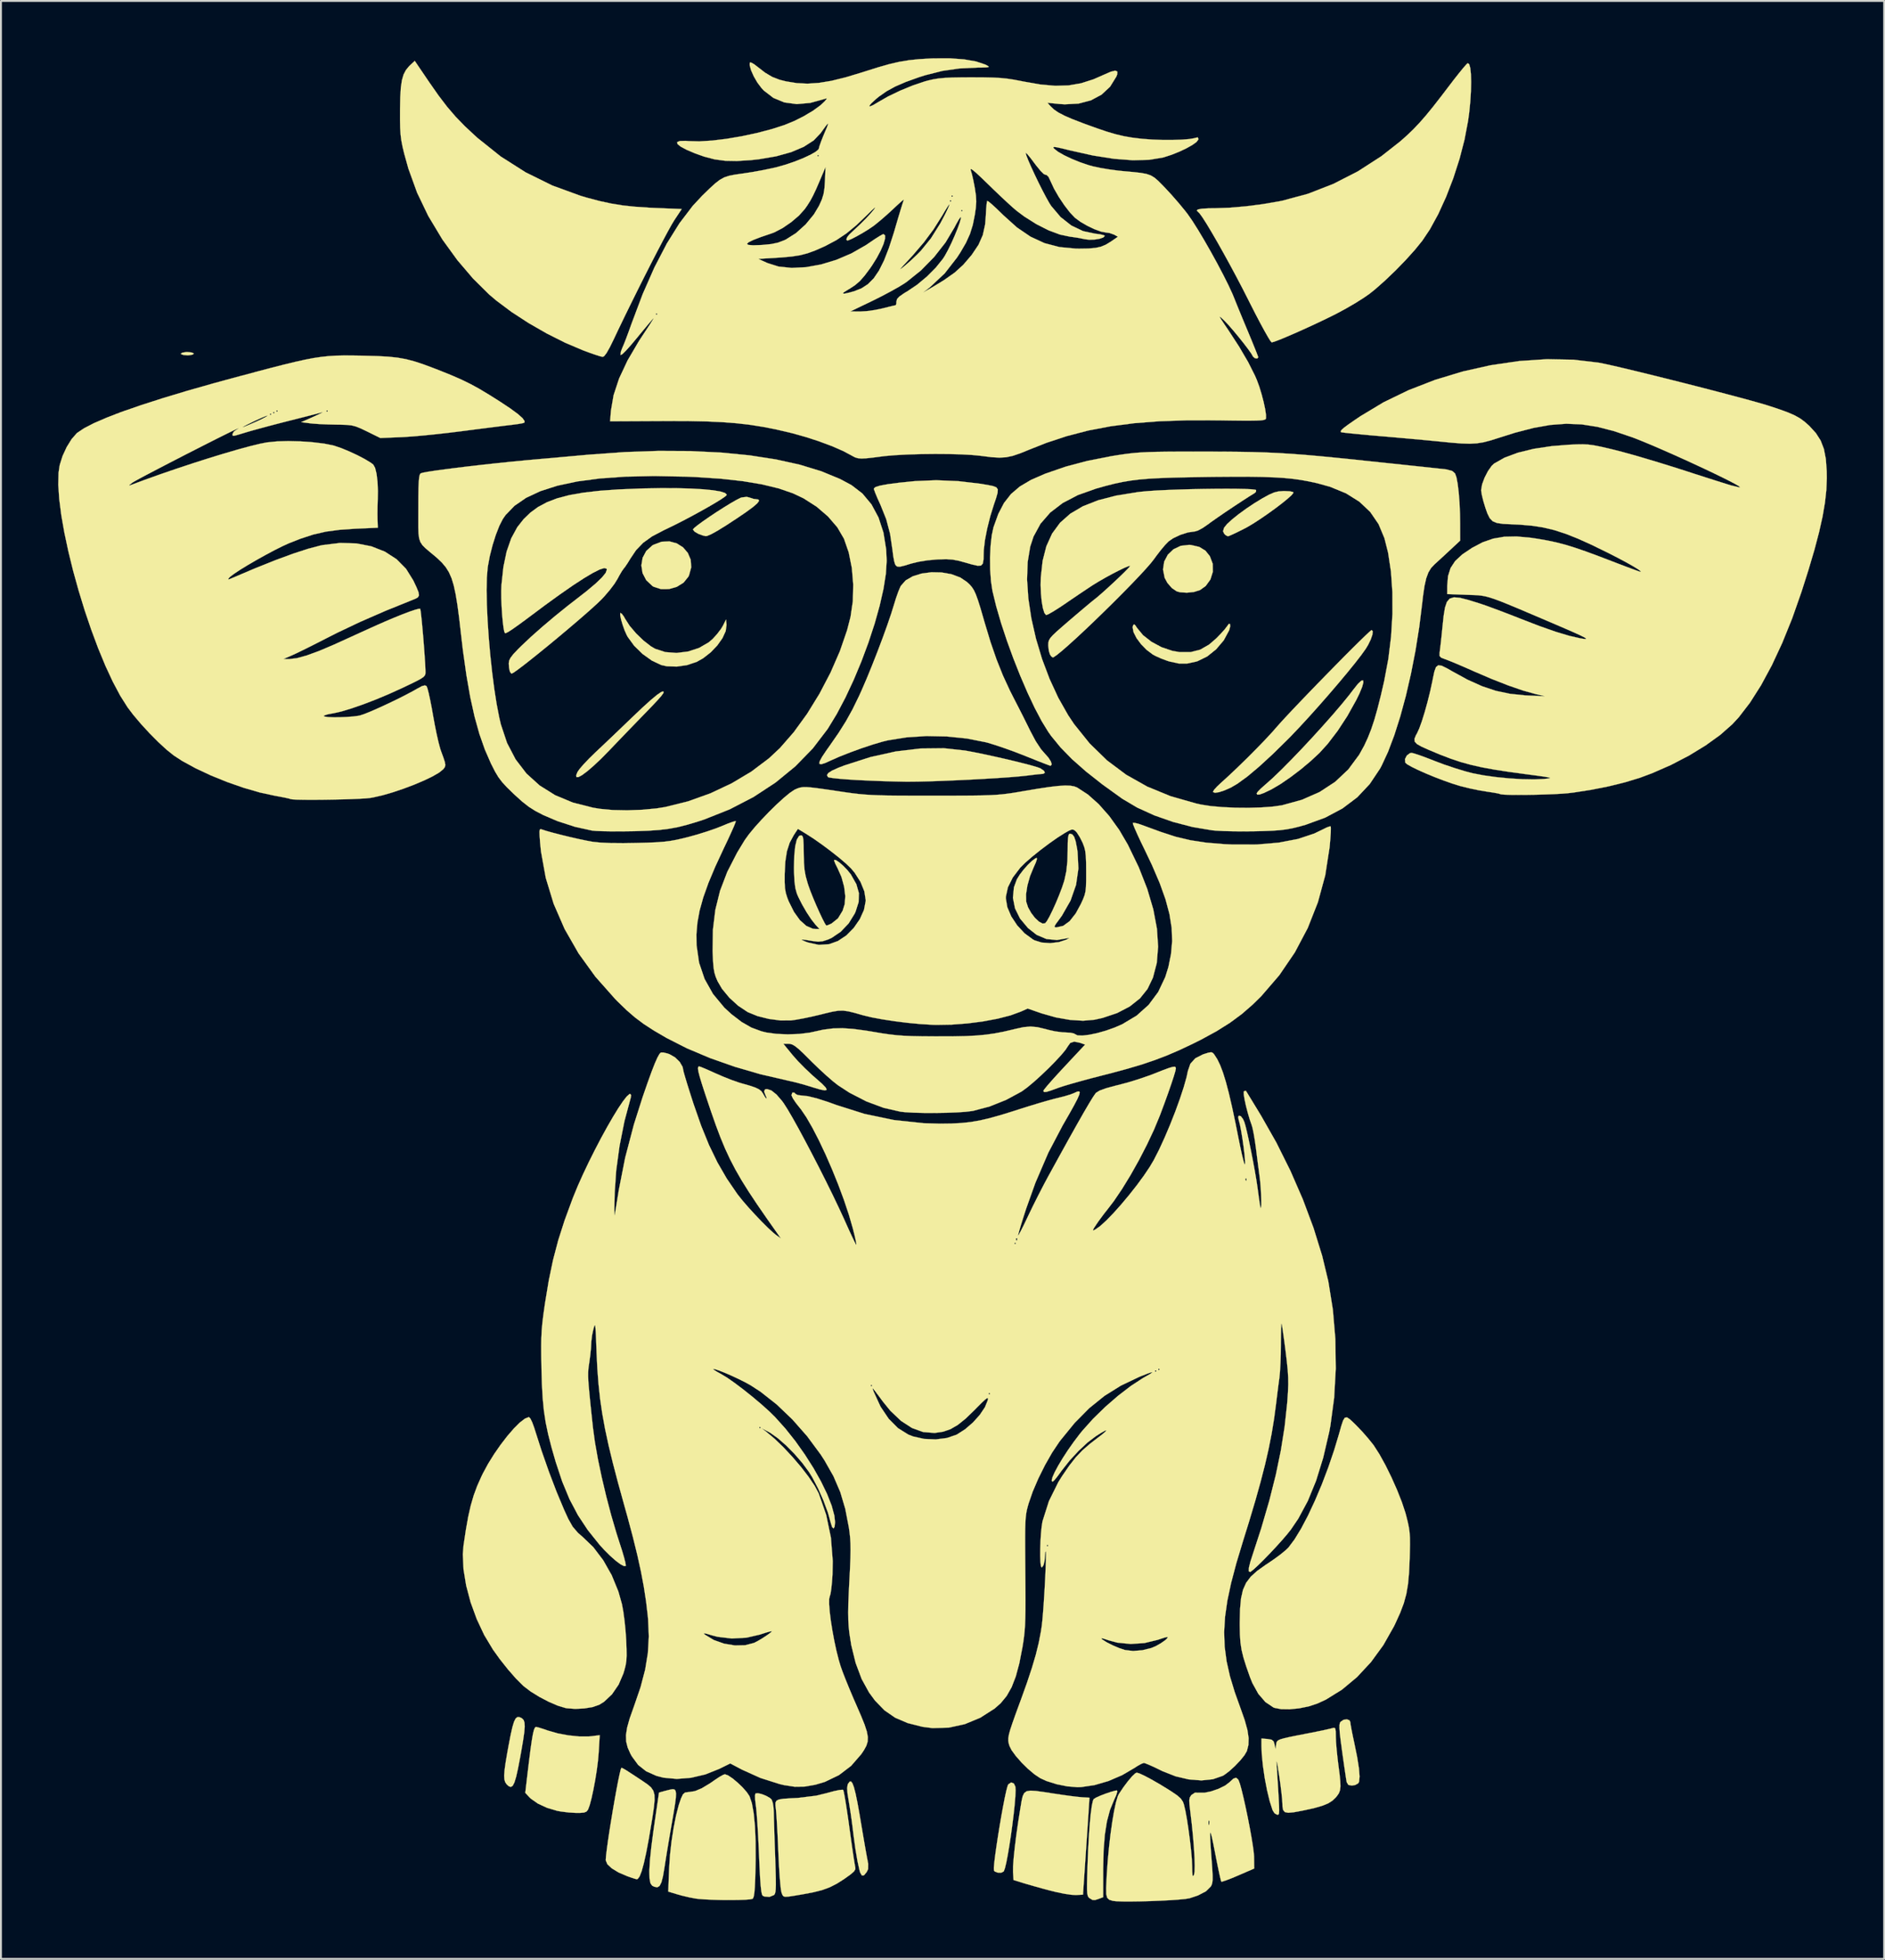
<source format=kicad_pcb>
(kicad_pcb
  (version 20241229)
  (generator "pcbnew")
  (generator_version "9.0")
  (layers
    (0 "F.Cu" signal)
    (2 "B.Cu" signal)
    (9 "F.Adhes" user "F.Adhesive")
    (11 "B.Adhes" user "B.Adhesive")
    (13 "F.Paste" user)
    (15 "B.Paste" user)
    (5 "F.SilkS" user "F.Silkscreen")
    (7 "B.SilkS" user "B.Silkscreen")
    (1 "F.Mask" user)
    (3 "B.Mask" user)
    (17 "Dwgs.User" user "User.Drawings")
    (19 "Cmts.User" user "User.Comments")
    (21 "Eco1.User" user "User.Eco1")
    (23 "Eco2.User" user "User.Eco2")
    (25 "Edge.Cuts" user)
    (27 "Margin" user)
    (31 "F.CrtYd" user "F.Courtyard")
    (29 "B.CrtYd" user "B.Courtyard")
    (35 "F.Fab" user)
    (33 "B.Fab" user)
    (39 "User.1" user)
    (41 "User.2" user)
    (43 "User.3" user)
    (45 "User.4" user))
  (footprint "F.SilkS_g9643"
    (layer "F.Cu")
    (at 44.446 49.007)
    (property "Reference" "F.SilkS_g9643" (at 0 0 0) (layer "F.SilkS") (effects (font (size 1.524 1.524) (thickness 0.3))))
    (attr through_hole)
    (fp_poly (pts (xy -37.465 -33.594) (xy -37.347 -33.547) (xy -37.338 -33.528) (xy -37.413 -33.475) (xy -37.601 -33.445) (xy -37.677 -33.443) (xy -37.889 -33.462) (xy -38.007 -33.509) (xy -38.015 -33.528) (xy -37.94 -33.581) (xy -37.753 -33.611) (xy -37.677 -33.613) (xy -37.465 -33.594)) (stroke (width 0.01) (type solid)) (fill yes) (layer "F.SilkS"))
    (fp_poly (pts (xy -12.021 -23.59) (xy -11.693 -23.382) (xy -11.443 -23.091) (xy -11.292 -22.737) (xy -11.264 -22.339) (xy -11.378 -21.918) (xy -11.415 -21.843) (xy -11.666 -21.533) (xy -12.02 -21.313) (xy -12.43 -21.196) (xy -12.849 -21.193) (xy -13.231 -21.316) (xy -13.301 -21.359) (xy -13.623 -21.663) (xy -13.815 -22.033) (xy -13.878 -22.436) (xy -13.812 -22.836) (xy -13.62 -23.196) (xy -13.301 -23.483) (xy -13.25 -23.513) (xy -12.821 -23.676) (xy -12.404 -23.695) (xy -12.021 -23.59)) (stroke (width 0.01) (type solid)) (fill yes) (layer "F.SilkS"))
    (fp_poly (pts (xy 14.933 -23.505) (xy 15.367 -23.406) (xy 15.688 -23.209) (xy 15.921 -22.919) (xy 16.071 -22.522) (xy 16.077 -22.102) (xy 15.951 -21.7) (xy 15.704 -21.358) (xy 15.408 -21.146) (xy 15.093 -21.046) (xy 14.715 -21.006) (xy 14.357 -21.03) (xy 14.182 -21.078) (xy 13.931 -21.249) (xy 13.697 -21.517) (xy 13.552 -21.786) (xy 13.466 -22.224) (xy 13.528 -22.637) (xy 13.718 -22.998) (xy 14.014 -23.282) (xy 14.395 -23.462) (xy 14.84 -23.512) (xy 14.933 -23.505)) (stroke (width 0.01) (type solid)) (fill yes) (layer "F.SilkS"))
    (fp_poly (pts (xy -20.276 37.9) (xy -20.25 37.908) (xy -20.132 37.966) (xy -20.05 38.052) (xy -20.004 38.188) (xy -19.992 38.396) (xy -20.016 38.695) (xy -20.075 39.108) (xy -20.168 39.655) (xy -20.227 39.985) (xy -20.341 40.581) (xy -20.44 41.022) (xy -20.532 41.324) (xy -20.622 41.498) (xy -20.719 41.559) (xy -20.829 41.521) (xy -20.942 41.416) (xy -21.014 41.31) (xy -21.057 41.167) (xy -21.068 40.964) (xy -21.048 40.678) (xy -20.994 40.287) (xy -20.906 39.767) (xy -20.838 39.394) (xy -20.73 38.834) (xy -20.637 38.423) (xy -20.553 38.143) (xy -20.469 37.975) (xy -20.379 37.9) (xy -20.276 37.9)) (stroke (width 0.01) (type solid)) (fill yes) (layer "F.SilkS"))
    (fp_poly (pts (xy 23.243 38.07) (xy 23.283 38.164) (xy 23.301 38.304) (xy 23.349 38.569) (xy 23.419 38.918) (xy 23.489 39.244) (xy 23.641 39.989) (xy 23.734 40.577) (xy 23.769 41.006) (xy 23.744 41.278) (xy 23.705 41.362) (xy 23.547 41.455) (xy 23.364 41.487) (xy 23.181 41.452) (xy 23.097 41.314) (xy 23.084 41.254) (xy 23.057 41.092) (xy 23.013 40.797) (xy 22.955 40.404) (xy 22.89 39.946) (xy 22.849 39.652) (xy 22.778 39.125) (xy 22.733 38.741) (xy 22.714 38.474) (xy 22.717 38.3) (xy 22.743 38.193) (xy 22.77 38.149) (xy 22.925 38.042) (xy 23.104 38.016) (xy 23.243 38.07)) (stroke (width 0.01) (type solid)) (fill yes) (layer "F.SilkS"))
    (fp_poly (pts (xy 5.646 41.377) (xy 5.725 41.538) (xy 5.738 41.726) (xy 5.725 42.049) (xy 5.691 42.475) (xy 5.638 42.975) (xy 5.571 43.518) (xy 5.496 44.074) (xy 5.414 44.612) (xy 5.331 45.102) (xy 5.252 45.515) (xy 5.179 45.818) (xy 5.119 45.98) (xy 4.993 46.049) (xy 4.807 46.05) (xy 4.648 45.99) (xy 4.605 45.938) (xy 4.599 45.804) (xy 4.621 45.532) (xy 4.667 45.15) (xy 4.732 44.687) (xy 4.81 44.17) (xy 4.898 43.627) (xy 4.99 43.088) (xy 5.083 42.579) (xy 5.17 42.13) (xy 5.249 41.768) (xy 5.314 41.521) (xy 5.354 41.423) (xy 5.507 41.322) (xy 5.646 41.377)) (stroke (width 0.01) (type solid)) (fill yes) (layer "F.SilkS"))
    (fp_poly (pts (xy -8.207 -25.99) (xy -7.989 -25.919) (xy -7.88 -25.908) (xy -7.738 -25.885) (xy -7.711 -25.813) (xy -7.806 -25.685) (xy -8.028 -25.493) (xy -8.385 -25.231) (xy -8.848 -24.916) (xy -9.431 -24.534) (xy -9.886 -24.253) (xy -10.219 -24.069) (xy -10.435 -23.978) (xy -10.506 -23.968) (xy -10.662 -24.005) (xy -10.88 -24.086) (xy -10.901 -24.095) (xy -11.083 -24.202) (xy -11.171 -24.307) (xy -11.172 -24.321) (xy -11.103 -24.403) (xy -10.916 -24.554) (xy -10.64 -24.755) (xy -10.304 -24.987) (xy -9.935 -25.232) (xy -9.561 -25.471) (xy -9.211 -25.686) (xy -8.912 -25.858) (xy -8.694 -25.969) (xy -8.623 -25.996) (xy -8.354 -26.028) (xy -8.207 -25.99)) (stroke (width 0.01) (type solid)) (fill yes) (layer "F.SilkS"))
    (fp_poly (pts (xy -2.815 41.362) (xy -2.736 41.571) (xy -2.649 41.909) (xy -2.551 42.386) (xy -2.438 43.014) (xy -2.373 43.401) (xy -2.277 43.967) (xy -2.188 44.489) (xy -2.109 44.938) (xy -2.045 45.289) (xy -2.002 45.514) (xy -1.989 45.572) (xy -1.992 45.862) (xy -2.067 46.017) (xy -2.209 46.188) (xy -2.317 46.2) (xy -2.406 46.048) (xy -2.447 45.91) (xy -2.551 45.436) (xy -2.657 44.808) (xy -2.761 44.043) (xy -2.793 43.773) (xy -2.853 43.309) (xy -2.926 42.805) (xy -2.998 42.354) (xy -3.013 42.269) (xy -3.074 41.881) (xy -3.091 41.619) (xy -3.066 41.447) (xy -3.043 41.392) (xy -2.964 41.283) (xy -2.89 41.27) (xy -2.815 41.362)) (stroke (width 0.01) (type solid)) (fill yes) (layer "F.SilkS"))
    (fp_poly (pts (xy 20.121 -26.318) (xy 20.281 -26.281) (xy 20.305 -26.245) (xy 20.213 -26.125) (xy 20.004 -25.935) (xy 19.708 -25.694) (xy 19.351 -25.422) (xy 18.96 -25.14) (xy 18.564 -24.868) (xy 18.188 -24.625) (xy 17.862 -24.432) (xy 17.766 -24.381) (xy 17.426 -24.21) (xy 17.138 -24.072) (xy 16.939 -23.984) (xy 16.866 -23.961) (xy 16.75 -24.019) (xy 16.677 -24.091) (xy 16.612 -24.222) (xy 16.657 -24.383) (xy 16.68 -24.428) (xy 16.821 -24.602) (xy 17.078 -24.838) (xy 17.422 -25.114) (xy 17.823 -25.407) (xy 18.252 -25.694) (xy 18.678 -25.953) (xy 18.684 -25.956) (xy 19.029 -26.144) (xy 19.288 -26.257) (xy 19.517 -26.313) (xy 19.772 -26.331) (xy 19.838 -26.331) (xy 20.121 -26.318)) (stroke (width 0.01) (type solid)) (fill yes) (layer "F.SilkS"))
    (fp_poly (pts (xy -12.707 -15.811) (xy -12.729 -15.739) (xy -12.83 -15.601) (xy -13.018 -15.386) (xy -13.307 -15.078) (xy -13.695 -14.677) (xy -14.115 -14.244) (xy -14.579 -13.765) (xy -15.036 -13.29) (xy -15.438 -12.87) (xy -15.536 -12.768) (xy -15.978 -12.318) (xy -16.373 -11.945) (xy -16.711 -11.654) (xy -16.983 -11.452) (xy -17.176 -11.347) (xy -17.282 -11.346) (xy -17.29 -11.455) (xy -17.222 -11.62) (xy -17.107 -11.783) (xy -16.896 -12.026) (xy -16.617 -12.319) (xy -16.299 -12.629) (xy -16.269 -12.658) (xy -15.912 -12.994) (xy -15.48 -13.404) (xy -15.017 -13.846) (xy -14.569 -14.276) (xy -14.395 -14.443) (xy -13.838 -14.972) (xy -13.394 -15.374) (xy -13.061 -15.651) (xy -12.839 -15.802) (xy -12.75 -15.833) (xy -12.707 -15.811)) (stroke (width 0.01) (type solid)) (fill yes) (layer "F.SilkS"))
    (fp_poly (pts (xy 11.068 41.809) (xy 11.012 41.991) (xy 10.905 42.229) (xy 10.688 42.756) (xy 10.526 43.363) (xy 10.414 44.071) (xy 10.35 44.901) (xy 10.33 45.828) (xy 10.329 47.333) (xy 10.112 47.415) (xy 9.905 47.484) (xy 9.771 47.479) (xy 9.63 47.396) (xy 9.612 47.383) (xy 9.558 47.334) (xy 9.52 47.26) (xy 9.495 47.137) (xy 9.483 46.943) (xy 9.482 46.654) (xy 9.491 46.245) (xy 9.508 45.693) (xy 9.51 45.627) (xy 9.542 44.828) (xy 9.583 44.104) (xy 9.629 43.471) (xy 9.68 42.946) (xy 9.735 42.544) (xy 9.791 42.284) (xy 9.832 42.194) (xy 9.949 42.12) (xy 10.174 42.019) (xy 10.453 41.911) (xy 10.733 41.816) (xy 10.959 41.754) (xy 11.051 41.741) (xy 11.068 41.809)) (stroke (width 0.01) (type solid)) (fill yes) (layer "F.SilkS"))
    (fp_poly (pts (xy 23.968 -16.307) (xy 23.905 -16.073) (xy 23.761 -15.722) (xy 23.592 -15.378) (xy 23.128 -14.547) (xy 22.62 -13.77) (xy 22.097 -13.086) (xy 21.675 -12.622) (xy 21.212 -12.19) (xy 20.687 -11.75) (xy 20.141 -11.336) (xy 19.617 -10.977) (xy 19.157 -10.707) (xy 19.087 -10.672) (xy 18.742 -10.51) (xy 18.521 -10.431) (xy 18.405 -10.428) (xy 18.373 -10.493) (xy 18.433 -10.582) (xy 18.594 -10.745) (xy 18.821 -10.948) (xy 18.86 -10.98) (xy 19.223 -11.304) (xy 19.67 -11.734) (xy 20.178 -12.246) (xy 20.725 -12.815) (xy 21.286 -13.416) (xy 21.84 -14.025) (xy 22.363 -14.615) (xy 22.832 -15.164) (xy 23.225 -15.645) (xy 23.439 -15.926) (xy 23.684 -16.233) (xy 23.856 -16.394) (xy 23.951 -16.416) (xy 23.968 -16.307)) (stroke (width 0.01) (type solid)) (fill yes) (layer "F.SilkS"))
    (fp_poly (pts (xy -12.145 41.689) (xy -12.085 41.758) (xy -12.061 41.899) (xy -12.071 42.13) (xy -12.114 42.467) (xy -12.189 42.928) (xy -12.294 43.531) (xy -12.358 43.9) (xy -12.445 44.406) (xy -12.536 44.956) (xy -12.619 45.472) (xy -12.663 45.757) (xy -12.744 46.233) (xy -12.827 46.557) (xy -12.924 46.746) (xy -13.045 46.817) (xy -13.202 46.786) (xy -13.314 46.729) (xy -13.402 46.603) (xy -13.45 46.345) (xy -13.459 45.948) (xy -13.428 45.408) (xy -13.357 44.717) (xy -13.246 43.87) (xy -13.208 43.603) (xy -13.132 43.084) (xy -13.065 42.625) (xy -13.011 42.253) (xy -12.973 41.991) (xy -12.955 41.864) (xy -12.954 41.857) (xy -12.88 41.832) (xy -12.692 41.78) (xy -12.56 41.746) (xy -12.382 41.701) (xy -12.244 41.676) (xy -12.145 41.689)) (stroke (width 0.01) (type solid)) (fill yes) (layer "F.SilkS"))
    (fp_poly (pts (xy -19.244 38.45) (xy -19 38.527) (xy -18.776 38.605) (xy -18.27 38.75) (xy -17.702 38.856) (xy -17.137 38.914) (xy -16.642 38.915) (xy -16.519 38.904) (xy -16.06 38.847) (xy -16.115 39.764) (xy -16.153 40.196) (xy -16.216 40.688) (xy -16.299 41.204) (xy -16.393 41.705) (xy -16.491 42.154) (xy -16.586 42.512) (xy -16.671 42.741) (xy -16.675 42.749) (xy -16.753 42.848) (xy -16.879 42.901) (xy -17.102 42.919) (xy -17.296 42.919) (xy -17.68 42.897) (xy -18.085 42.847) (xy -18.288 42.811) (xy -18.82 42.653) (xy -19.296 42.434) (xy -19.665 42.177) (xy -19.745 42.101) (xy -19.963 41.868) (xy -19.843 40.852) (xy -19.756 40.128) (xy -19.683 39.557) (xy -19.62 39.122) (xy -19.566 38.807) (xy -19.516 38.595) (xy -19.469 38.471) (xy -19.42 38.418) (xy -19.388 38.414) (xy -19.244 38.45)) (stroke (width 0.01) (type solid)) (fill yes) (layer "F.SilkS"))
    (fp_poly (pts (xy 16.979 -19.362) (xy 16.987 -19.237) (xy 16.932 -19.036) (xy 16.93 -19.032) (xy 16.648 -18.51) (xy 16.252 -18.043) (xy 15.782 -17.667) (xy 15.276 -17.419) (xy 15.212 -17.399) (xy 14.739 -17.297) (xy 14.298 -17.296) (xy 13.814 -17.4) (xy 13.702 -17.434) (xy 13.377 -17.554) (xy 13.069 -17.693) (xy 12.927 -17.77) (xy 12.602 -18.015) (xy 12.31 -18.314) (xy 12.075 -18.632) (xy 11.922 -18.935) (xy 11.873 -19.19) (xy 11.89 -19.277) (xy 11.94 -19.351) (xy 12.011 -19.302) (xy 12.101 -19.165) (xy 12.419 -18.78) (xy 12.862 -18.434) (xy 13.385 -18.153) (xy 13.945 -17.961) (xy 14.34 -17.893) (xy 14.912 -17.893) (xy 15.413 -18.021) (xy 15.881 -18.289) (xy 16.26 -18.617) (xy 16.501 -18.865) (xy 16.7 -19.087) (xy 16.82 -19.243) (xy 16.831 -19.261) (xy 16.923 -19.38) (xy 16.979 -19.362)) (stroke (width 0.01) (type solid)) (fill yes) (layer "F.SilkS"))
    (fp_poly (pts (xy -14.902 -19.903) (xy -14.79 -19.749) (xy -14.737 -19.652) (xy -14.494 -19.274) (xy -14.154 -18.874) (xy -13.765 -18.499) (xy -13.376 -18.197) (xy -13.152 -18.066) (xy -12.623 -17.895) (xy -12.034 -17.85) (xy -11.43 -17.925) (xy -10.853 -18.113) (xy -10.348 -18.405) (xy -10.143 -18.581) (xy -9.906 -18.842) (xy -9.699 -19.115) (xy -9.599 -19.281) (xy -9.44 -19.6) (xy -9.414 -19.321) (xy -9.457 -18.995) (xy -9.627 -18.625) (xy -9.897 -18.244) (xy -10.242 -17.883) (xy -10.637 -17.574) (xy -10.982 -17.38) (xy -11.483 -17.213) (xy -12.024 -17.135) (xy -12.541 -17.152) (xy -12.836 -17.218) (xy -13.327 -17.448) (xy -13.816 -17.798) (xy -14.254 -18.226) (xy -14.592 -18.689) (xy -14.643 -18.781) (xy -14.753 -19.026) (xy -14.855 -19.311) (xy -14.937 -19.588) (xy -14.985 -19.812) (xy -14.986 -19.935) (xy -14.978 -19.944) (xy -14.902 -19.903)) (stroke (width 0.01) (type solid)) (fill yes) (layer "F.SilkS"))
    (fp_poly (pts (xy -7.568 41.933) (xy -7.335 42.025) (xy -7.136 42.139) (xy -7.05 42.219) (xy -6.991 42.38) (xy -6.949 42.645) (xy -6.936 42.879) (xy -6.931 43.118) (xy -6.921 43.492) (xy -6.907 43.969) (xy -6.889 44.512) (xy -6.869 45.09) (xy -6.863 45.254) (xy -6.843 45.871) (xy -6.831 46.34) (xy -6.828 46.682) (xy -6.836 46.921) (xy -6.854 47.075) (xy -6.885 47.169) (xy -6.927 47.222) (xy -6.928 47.223) (xy -7.162 47.318) (xy -7.424 47.299) (xy -7.519 47.256) (xy -7.558 47.184) (xy -7.592 47.012) (xy -7.624 46.725) (xy -7.654 46.309) (xy -7.683 45.751) (xy -7.71 45.125) (xy -7.737 44.515) (xy -7.767 43.929) (xy -7.8 43.399) (xy -7.833 42.957) (xy -7.863 42.633) (xy -7.879 42.516) (xy -7.914 42.226) (xy -7.92 42.005) (xy -7.899 41.903) (xy -7.776 41.885) (xy -7.568 41.933)) (stroke (width 0.01) (type solid)) (fill yes) (layer "F.SilkS"))
    (fp_poly (pts (xy 6.817 41.77) (xy 7.238 41.828) (xy 7.724 41.904) (xy 8.18 41.972) (xy 8.61 42.031) (xy 8.97 42.075) (xy 9.213 42.099) (xy 9.229 42.1) (xy 9.61 42.122) (xy 9.578 42.63) (xy 9.563 42.86) (xy 9.539 43.228) (xy 9.508 43.703) (xy 9.471 44.252) (xy 9.431 44.844) (xy 9.409 45.17) (xy 9.271 47.202) (xy 8.89 47.221) (xy 8.648 47.207) (xy 8.295 47.154) (xy 7.884 47.07) (xy 7.578 46.995) (xy 7.139 46.878) (xy 6.701 46.756) (xy 6.325 46.648) (xy 6.138 46.592) (xy 5.63 46.434) (xy 5.604 46.014) (xy 5.606 45.722) (xy 5.637 45.289) (xy 5.694 44.742) (xy 5.773 44.105) (xy 5.873 43.405) (xy 5.99 42.667) (xy 5.997 42.63) (xy 6.053 42.291) (xy 6.109 42.044) (xy 6.189 41.879) (xy 6.317 41.785) (xy 6.518 41.752) (xy 6.817 41.77)) (stroke (width 0.01) (type solid)) (fill yes) (layer "F.SilkS"))
    (fp_poly (pts (xy -14.838 40.588) (xy -14.712 40.661) (xy -14.505 40.792) (xy -14.197 40.993) (xy -13.788 41.264) (xy -13.543 41.433) (xy -13.366 41.588) (xy -13.251 41.756) (xy -13.193 41.966) (xy -13.185 42.246) (xy -13.221 42.625) (xy -13.295 43.129) (xy -13.338 43.394) (xy -13.487 44.276) (xy -13.623 44.995) (xy -13.748 45.558) (xy -13.862 45.972) (xy -13.968 46.243) (xy -14.067 46.377) (xy -14.12 46.394) (xy -14.229 46.366) (xy -14.441 46.296) (xy -14.61 46.237) (xy -15.071 46.04) (xy -15.427 45.825) (xy -15.659 45.608) (xy -15.745 45.402) (xy -15.745 45.391) (xy -15.73 45.173) (xy -15.689 44.831) (xy -15.629 44.394) (xy -15.553 43.887) (xy -15.465 43.339) (xy -15.372 42.774) (xy -15.276 42.221) (xy -15.182 41.705) (xy -15.096 41.255) (xy -15.021 40.896) (xy -14.963 40.655) (xy -14.929 40.564) (xy -14.904 40.56) (xy -14.838 40.588)) (stroke (width 0.01) (type solid)) (fill yes) (layer "F.SilkS"))
    (fp_poly (pts (xy 3.09 -12.737) (xy 3.531 -12.655) (xy 4.039 -12.552) (xy 4.587 -12.434) (xy 5.144 -12.308) (xy 5.681 -12.181) (xy 6.168 -12.06) (xy 6.578 -11.952) (xy 6.879 -11.864) (xy 7.04 -11.804) (xy 7.223 -11.679) (xy 7.275 -11.575) (xy 7.188 -11.517) (xy 7.133 -11.512) (xy 6.98 -11.5) (xy 6.713 -11.471) (xy 6.388 -11.431) (xy 6.35 -11.426) (xy 5.973 -11.386) (xy 5.459 -11.343) (xy 4.837 -11.299) (xy 4.14 -11.256) (xy 3.398 -11.215) (xy 2.642 -11.179) (xy 1.905 -11.148) (xy 1.217 -11.124) (xy 0.608 -11.109) (xy 0.112 -11.104) (xy 0 -11.104) (xy -0.55 -11.115) (xy -1.197 -11.133) (xy -1.868 -11.159) (xy -2.491 -11.188) (xy -2.625 -11.195) (xy -3.096 -11.225) (xy -3.509 -11.259) (xy -3.833 -11.294) (xy -4.039 -11.326) (xy -4.096 -11.346) (xy -4.148 -11.448) (xy -4.084 -11.556) (xy -3.893 -11.681) (xy -3.561 -11.831) (xy -3.216 -11.964) (xy -1.871 -12.395) (xy -0.545 -12.689) (xy 0.745 -12.844) (xy 1.982 -12.857) (xy 3.09 -12.737)) (stroke (width 0.01) (type solid)) (fill yes) (layer "F.SilkS"))
    (fp_poly (pts (xy -9.333 40.954) (xy -9.098 41.111) (xy -8.831 41.333) (xy -8.569 41.585) (xy -8.349 41.834) (xy -8.208 42.046) (xy -8.085 42.411) (xy -7.991 42.934) (xy -7.925 43.605) (xy -7.89 44.415) (xy -7.886 45.355) (xy -7.894 45.791) (xy -7.91 46.369) (xy -7.929 46.798) (xy -7.954 47.098) (xy -7.985 47.29) (xy -8.025 47.393) (xy -8.05 47.419) (xy -8.18 47.448) (xy -8.445 47.468) (xy -8.808 47.48) (xy -9.236 47.484) (xy -9.693 47.481) (xy -10.144 47.469) (xy -10.555 47.45) (xy -10.889 47.424) (xy -11.007 47.41) (xy -11.365 47.343) (xy -11.766 47.249) (xy -11.97 47.192) (xy -12.468 47.041) (xy -12.421 45.809) (xy -12.376 45.13) (xy -12.297 44.42) (xy -12.189 43.719) (xy -12.062 43.07) (xy -11.92 42.515) (xy -11.801 42.164) (xy -11.699 41.948) (xy -11.587 41.851) (xy -11.409 41.826) (xy -11.375 41.825) (xy -11.071 41.777) (xy -10.71 41.627) (xy -10.272 41.363) (xy -10.033 41.197) (xy -9.791 41.036) (xy -9.593 40.926) (xy -9.497 40.894) (xy -9.333 40.954)) (stroke (width 0.01) (type solid)) (fill yes) (layer "F.SilkS"))
    (fp_poly (pts (xy 24.46 -18.984) (xy 24.441 -18.808) (xy 24.356 -18.559) (xy 24.217 -18.272) (xy 24.091 -18.065) (xy 23.857 -17.738) (xy 23.526 -17.312) (xy 23.118 -16.809) (xy 22.653 -16.254) (xy 22.151 -15.668) (xy 21.631 -15.075) (xy 21.114 -14.499) (xy 20.619 -13.962) (xy 20.167 -13.487) (xy 20.016 -13.334) (xy 19.213 -12.546) (xy 18.504 -11.895) (xy 17.891 -11.38) (xy 17.373 -11.003) (xy 17.03 -10.802) (xy 16.695 -10.652) (xy 16.405 -10.557) (xy 16.193 -10.524) (xy 16.091 -10.561) (xy 16.087 -10.582) (xy 16.146 -10.684) (xy 16.301 -10.855) (xy 16.489 -11.032) (xy 16.908 -11.413) (xy 17.382 -11.861) (xy 17.877 -12.344) (xy 18.363 -12.832) (xy 18.809 -13.292) (xy 19.182 -13.694) (xy 19.387 -13.928) (xy 19.587 -14.154) (xy 19.87 -14.463) (xy 20.222 -14.839) (xy 20.628 -15.266) (xy 21.074 -15.731) (xy 21.544 -16.217) (xy 22.023 -16.708) (xy 22.497 -17.191) (xy 22.949 -17.649) (xy 23.367 -18.068) (xy 23.734 -18.431) (xy 24.035 -18.724) (xy 24.256 -18.932) (xy 24.381 -19.039) (xy 24.402 -19.05) (xy 24.46 -18.984)) (stroke (width 0.01) (type solid)) (fill yes) (layer "F.SilkS"))
    (fp_poly (pts (xy 2.74 -26.85) (xy 3.904 -26.713) (xy 4.297 -26.646) (xy 4.564 -26.591) (xy 4.73 -26.526) (xy 4.804 -26.42) (xy 4.795 -26.242) (xy 4.715 -25.958) (xy 4.609 -25.648) (xy 4.411 -25.013) (xy 4.249 -24.368) (xy 4.132 -23.763) (xy 4.071 -23.245) (xy 4.065 -23.072) (xy 4.057 -22.738) (xy 4.019 -22.529) (xy 3.924 -22.428) (xy 3.742 -22.419) (xy 3.446 -22.487) (xy 3.168 -22.567) (xy 2.764 -22.678) (xy 2.437 -22.74) (xy 2.11 -22.762) (xy 1.708 -22.752) (xy 1.609 -22.747) (xy 1.126 -22.703) (xy 0.65 -22.626) (xy 0.262 -22.532) (xy 0.254 -22.529) (xy -0.094 -22.423) (xy -0.317 -22.37) (xy -0.451 -22.371) (xy -0.531 -22.424) (xy -0.579 -22.5) (xy -0.626 -22.657) (xy -0.675 -22.924) (xy -0.715 -23.241) (xy -0.84 -24.093) (xy -1.043 -24.859) (xy -1.344 -25.61) (xy -1.356 -25.635) (xy -1.504 -25.961) (xy -1.618 -26.235) (xy -1.684 -26.416) (xy -1.693 -26.461) (xy -1.613 -26.538) (xy -1.37 -26.615) (xy -0.964 -26.69) (xy -0.392 -26.765) (xy 0.347 -26.841) (xy 0.484 -26.853) (xy 1.577 -26.898) (xy 2.74 -26.85)) (stroke (width 0.01) (type solid)) (fill yes) (layer "F.SilkS"))
    (fp_poly (pts (xy -3.299 41.714) (xy -3.269 41.815) (xy -3.222 42.058) (xy -3.161 42.42) (xy -3.091 42.876) (xy -3.014 43.401) (xy -2.975 43.688) (xy -2.898 44.246) (xy -2.825 44.756) (xy -2.761 45.189) (xy -2.709 45.521) (xy -2.674 45.725) (xy -2.664 45.769) (xy -2.662 45.871) (xy -2.731 45.983) (xy -2.896 46.129) (xy -3.18 46.334) (xy -3.232 46.371) (xy -3.625 46.622) (xy -3.998 46.812) (xy -4.399 46.96) (xy -4.873 47.08) (xy -5.469 47.192) (xy -5.497 47.196) (xy -5.902 47.264) (xy -6.171 47.303) (xy -6.336 47.312) (xy -6.428 47.287) (xy -6.479 47.225) (xy -6.52 47.123) (xy -6.53 47.096) (xy -6.561 46.944) (xy -6.594 46.651) (xy -6.628 46.247) (xy -6.66 45.759) (xy -6.687 45.218) (xy -6.695 45.043) (xy -6.719 44.47) (xy -6.746 43.923) (xy -6.773 43.437) (xy -6.798 43.044) (xy -6.82 42.779) (xy -6.824 42.74) (xy -6.848 42.526) (xy -6.846 42.376) (xy -6.792 42.276) (xy -6.662 42.215) (xy -6.433 42.178) (xy -6.079 42.154) (xy -5.673 42.134) (xy -4.714 42.016) (xy -4.116 41.869) (xy -3.781 41.778) (xy -3.507 41.721) (xy -3.335 41.704) (xy -3.299 41.714)) (stroke (width 0.01) (type solid)) (fill yes) (layer "F.SilkS"))
    (fp_poly (pts (xy -24.989 -47.738) (xy -24.505 -47.047) (xy -24.06 -46.465) (xy -23.615 -45.946) (xy -23.134 -45.45) (xy -22.578 -44.931) (xy -22.476 -44.839) (xy -21.25 -43.859) (xy -19.938 -43.025) (xy -18.543 -42.338) (xy -17.067 -41.8) (xy -16.722 -41.698) (xy -16.057 -41.523) (xy -15.448 -41.391) (xy -14.845 -41.294) (xy -14.198 -41.225) (xy -13.457 -41.176) (xy -13.057 -41.158) (xy -11.763 -41.106) (xy -12.156 -40.513) (xy -12.293 -40.286) (xy -12.493 -39.926) (xy -12.745 -39.455) (xy -13.039 -38.894) (xy -13.365 -38.262) (xy -13.711 -37.581) (xy -14.067 -36.871) (xy -14.423 -36.153) (xy -14.769 -35.447) (xy -15.093 -34.775) (xy -15.312 -34.311) (xy -15.533 -33.861) (xy -15.704 -33.559) (xy -15.83 -33.397) (xy -15.902 -33.361) (xy -16.036 -33.391) (xy -16.289 -33.471) (xy -16.621 -33.587) (xy -16.924 -33.699) (xy -17.867 -34.099) (xy -18.837 -34.586) (xy -19.791 -35.134) (xy -20.687 -35.717) (xy -21.482 -36.312) (xy -21.857 -36.63) (xy -22.701 -37.465) (xy -23.519 -38.424) (xy -24.275 -39.466) (xy -24.32 -39.533) (xy -25.048 -40.744) (xy -25.631 -41.958) (xy -26.088 -43.218) (xy -26.31 -44.015) (xy -26.397 -44.378) (xy -26.458 -44.692) (xy -26.497 -44.999) (xy -26.519 -45.344) (xy -26.528 -45.771) (xy -26.527 -46.323) (xy -26.515 -46.966) (xy -26.485 -47.467) (xy -26.429 -47.853) (xy -26.342 -48.152) (xy -26.217 -48.39) (xy -26.048 -48.594) (xy -25.97 -48.669) (xy -25.755 -48.867) (xy -24.989 -47.738)) (stroke (width 0.01) (type solid)) (fill yes) (layer "F.SilkS"))
    (fp_poly (pts (xy -19.696 22.258) (xy -19.598 22.457) (xy -19.495 22.739) (xy -19.477 22.797) (xy -19.114 23.931) (xy -18.724 25.045) (xy -18.322 26.098) (xy -17.923 27.049) (xy -17.708 27.517) (xy -17.477 27.927) (xy -17.195 28.253) (xy -16.973 28.444) (xy -16.397 28.996) (xy -15.877 29.681) (xy -15.433 30.464) (xy -15.085 31.312) (xy -14.896 31.981) (xy -14.825 32.368) (xy -14.759 32.858) (xy -14.706 33.387) (xy -14.674 33.852) (xy -14.655 34.327) (xy -14.651 34.679) (xy -14.665 34.951) (xy -14.703 35.189) (xy -14.767 35.439) (xy -14.822 35.62) (xy -15.071 36.2) (xy -15.417 36.704) (xy -15.833 37.096) (xy -16.088 37.254) (xy -16.429 37.372) (xy -16.869 37.445) (xy -17.341 37.469) (xy -17.779 37.436) (xy -17.865 37.42) (xy -18.263 37.299) (xy -18.736 37.096) (xy -19.227 36.839) (xy -19.683 36.557) (xy -20.048 36.279) (xy -20.065 36.264) (xy -20.444 35.887) (xy -20.866 35.406) (xy -21.295 34.866) (xy -21.656 34.363) (xy -22.115 33.599) (xy -22.508 32.762) (xy -22.827 31.886) (xy -23.061 31.006) (xy -23.2 30.155) (xy -23.236 29.367) (xy -23.2 28.914) (xy -23.076 28.088) (xy -22.953 27.398) (xy -22.819 26.809) (xy -22.667 26.287) (xy -22.487 25.799) (xy -22.269 25.309) (xy -22.182 25.129) (xy -21.909 24.625) (xy -21.593 24.117) (xy -21.251 23.626) (xy -20.902 23.173) (xy -20.563 22.781) (xy -20.252 22.471) (xy -19.985 22.265) (xy -19.782 22.183) (xy -19.769 22.183) (xy -19.696 22.258)) (stroke (width 0.01) (type solid)) (fill yes) (layer "F.SilkS"))
    (fp_poly (pts (xy 23.261 22.297) (xy 23.479 22.502) (xy 23.595 22.617) (xy 23.905 22.939) (xy 24.22 23.299) (xy 24.482 23.625) (xy 24.517 23.673) (xy 24.808 24.126) (xy 25.123 24.695) (xy 25.438 25.334) (xy 25.732 25.996) (xy 25.984 26.633) (xy 26.172 27.2) (xy 26.208 27.333) (xy 26.293 27.67) (xy 26.352 27.95) (xy 26.389 28.215) (xy 26.408 28.505) (xy 26.411 28.861) (xy 26.402 29.324) (xy 26.394 29.619) (xy 26.362 30.338) (xy 26.307 30.933) (xy 26.219 31.451) (xy 26.086 31.937) (xy 25.897 32.437) (xy 25.643 32.996) (xy 25.57 33.147) (xy 25.015 34.128) (xy 24.365 35.019) (xy 23.636 35.802) (xy 22.846 36.461) (xy 22.012 36.978) (xy 21.554 37.19) (xy 21.098 37.339) (xy 20.599 37.44) (xy 20.103 37.489) (xy 19.659 37.483) (xy 19.313 37.416) (xy 19.252 37.392) (xy 18.834 37.112) (xy 18.462 36.681) (xy 18.15 36.117) (xy 18.03 35.821) (xy 17.829 35.249) (xy 17.683 34.785) (xy 17.585 34.384) (xy 17.526 33.996) (xy 17.497 33.575) (xy 17.488 33.073) (xy 17.488 32.935) (xy 17.504 32.241) (xy 17.555 31.684) (xy 17.656 31.235) (xy 17.822 30.865) (xy 18.065 30.543) (xy 18.402 30.239) (xy 18.845 29.923) (xy 18.948 29.856) (xy 19.308 29.611) (xy 19.643 29.363) (xy 19.908 29.144) (xy 20.039 29.017) (xy 20.36 28.59) (xy 20.707 28.021) (xy 21.068 27.336) (xy 21.432 26.557) (xy 21.79 25.71) (xy 22.129 24.818) (xy 22.439 23.906) (xy 22.691 23.069) (xy 22.812 22.637) (xy 22.907 22.355) (xy 22.998 22.212) (xy 23.109 22.197) (xy 23.261 22.297)) (stroke (width 0.01) (type solid)) (fill yes) (layer "F.SilkS"))
    (fp_poly (pts (xy 22.494 38.496) (xy 22.518 38.633) (xy 22.523 38.904) (xy 22.523 38.916) (xy 22.535 39.214) (xy 22.568 39.618) (xy 22.615 40.065) (xy 22.649 40.344) (xy 22.717 40.866) (xy 22.756 41.251) (xy 22.766 41.529) (xy 22.743 41.73) (xy 22.685 41.886) (xy 22.591 42.026) (xy 22.517 42.113) (xy 22.341 42.281) (xy 22.118 42.421) (xy 21.82 42.542) (xy 21.419 42.658) (xy 20.885 42.778) (xy 20.736 42.808) (xy 20.314 42.886) (xy 20.028 42.912) (xy 19.854 42.876) (xy 19.762 42.768) (xy 19.728 42.578) (xy 19.724 42.442) (xy 19.709 42.198) (xy 19.672 41.836) (xy 19.618 41.407) (xy 19.556 40.979) (xy 19.492 40.569) (xy 19.449 40.32) (xy 19.425 40.221) (xy 19.418 40.265) (xy 19.425 40.444) (xy 19.431 40.555) (xy 19.476 41.264) (xy 19.51 41.822) (xy 19.534 42.247) (xy 19.549 42.556) (xy 19.554 42.769) (xy 19.549 42.903) (xy 19.535 42.976) (xy 19.511 43.007) (xy 19.478 43.012) (xy 19.441 43.011) (xy 19.312 42.939) (xy 19.21 42.778) (xy 19.06 42.312) (xy 18.919 41.73) (xy 18.796 41.086) (xy 18.701 40.433) (xy 18.642 39.825) (xy 18.627 39.428) (xy 18.627 39.021) (xy 18.944 39.047) (xy 19.16 39.084) (xy 19.265 39.174) (xy 19.311 39.328) (xy 19.361 39.582) (xy 19.396 39.334) (xy 19.41 39.247) (xy 19.437 39.178) (xy 19.499 39.119) (xy 19.616 39.065) (xy 19.809 39.009) (xy 20.098 38.942) (xy 20.503 38.86) (xy 21.047 38.754) (xy 21.294 38.706) (xy 21.673 38.63) (xy 22.007 38.559) (xy 22.248 38.503) (xy 22.331 38.481) (xy 22.437 38.457) (xy 22.494 38.496)) (stroke (width 0.01) (type solid)) (fill yes) (layer "F.SilkS"))
    (fp_poly (pts (xy 1.86 -22.067) (xy 2.372 -21.977) (xy 2.833 -21.805) (xy 3.179 -21.575) (xy 3.328 -21.437) (xy 3.45 -21.298) (xy 3.555 -21.133) (xy 3.656 -20.915) (xy 3.763 -20.62) (xy 3.889 -20.222) (xy 4.043 -19.694) (xy 4.106 -19.473) (xy 4.423 -18.424) (xy 4.742 -17.501) (xy 5.078 -16.661) (xy 5.449 -15.86) (xy 5.636 -15.492) (xy 5.877 -15.024) (xy 6.144 -14.498) (xy 6.394 -13.996) (xy 6.511 -13.758) (xy 6.795 -13.225) (xy 7.071 -12.807) (xy 7.271 -12.577) (xy 7.462 -12.363) (xy 7.587 -12.164) (xy 7.633 -12.013) (xy 7.582 -11.944) (xy 7.556 -11.943) (xy 7.46 -11.975) (xy 7.235 -12.061) (xy 6.909 -12.188) (xy 6.51 -12.347) (xy 6.229 -12.46) (xy 5.722 -12.657) (xy 5.195 -12.848) (xy 4.701 -13.016) (xy 4.291 -13.141) (xy 4.179 -13.171) (xy 3.187 -13.367) (xy 2.13 -13.475) (xy 1.057 -13.496) (xy 0.015 -13.428) (xy -0.946 -13.273) (xy -1.228 -13.205) (xy -1.742 -13.054) (xy -2.33 -12.859) (xy -2.931 -12.64) (xy -3.488 -12.42) (xy -3.932 -12.224) (xy -4.25 -12.081) (xy -4.455 -12.018) (xy -4.549 -12.046) (xy -4.532 -12.172) (xy -4.405 -12.407) (xy -4.169 -12.759) (xy -4.014 -12.977) (xy -3.542 -13.658) (xy -3.15 -14.28) (xy -2.805 -14.904) (xy -2.468 -15.594) (xy -2.33 -15.898) (xy -2.07 -16.5) (xy -1.791 -17.181) (xy -1.508 -17.901) (xy -1.236 -18.62) (xy -0.99 -19.3) (xy -0.785 -19.9) (xy -0.645 -20.35) (xy -0.53 -20.72) (xy -0.411 -21.057) (xy -0.307 -21.306) (xy -0.276 -21.366) (xy -0.021 -21.653) (xy 0.355 -21.869) (xy 0.817 -22.011) (xy 1.33 -22.078) (xy 1.86 -22.067)) (stroke (width 0.01) (type solid)) (fill yes) (layer "F.SilkS"))
    (fp_poly (pts (xy 29.514 -48.694) (xy 29.57 -48.498) (xy 29.604 -48.18) (xy 29.616 -47.766) (xy 29.605 -47.278) (xy 29.572 -46.74) (xy 29.517 -46.177) (xy 29.455 -45.72) (xy 29.269 -44.739) (xy 29.006 -43.726) (xy 28.68 -42.717) (xy 28.304 -41.743) (xy 27.892 -40.84) (xy 27.455 -40.042) (xy 27.055 -39.445) (xy 26.667 -38.967) (xy 26.185 -38.433) (xy 25.651 -37.884) (xy 25.106 -37.362) (xy 24.591 -36.907) (xy 24.288 -36.664) (xy 23.96 -36.437) (xy 23.532 -36.169) (xy 23.057 -35.893) (xy 22.588 -35.64) (xy 22.543 -35.616) (xy 22.093 -35.393) (xy 21.601 -35.157) (xy 21.092 -34.921) (xy 20.593 -34.695) (xy 20.13 -34.492) (xy 19.728 -34.322) (xy 19.413 -34.198) (xy 19.211 -34.13) (xy 19.161 -34.121) (xy 19.096 -34.194) (xy 18.968 -34.4) (xy 18.786 -34.72) (xy 18.56 -35.136) (xy 18.302 -35.628) (xy 18.022 -36.178) (xy 17.949 -36.324) (xy 17.632 -36.947) (xy 17.298 -37.584) (xy 16.957 -38.218) (xy 16.621 -38.828) (xy 16.301 -39.397) (xy 16.006 -39.904) (xy 15.749 -40.332) (xy 15.539 -40.66) (xy 15.388 -40.871) (xy 15.32 -40.939) (xy 15.235 -41.023) (xy 15.293 -41.084) (xy 15.502 -41.124) (xy 15.869 -41.145) (xy 16.186 -41.148) (xy 16.941 -41.174) (xy 17.794 -41.247) (xy 18.68 -41.36) (xy 19.536 -41.506) (xy 19.723 -41.544) (xy 21.063 -41.905) (xy 22.391 -42.422) (xy 23.682 -43.082) (xy 24.911 -43.874) (xy 25.903 -44.653) (xy 26.259 -44.969) (xy 26.588 -45.285) (xy 26.912 -45.626) (xy 27.252 -46.015) (xy 27.63 -46.478) (xy 28.067 -47.039) (xy 28.406 -47.484) (xy 28.708 -47.879) (xy 28.981 -48.225) (xy 29.205 -48.5) (xy 29.364 -48.681) (xy 29.436 -48.747) (xy 29.514 -48.694)) (stroke (width 0.01) (type solid)) (fill yes) (layer "F.SilkS"))
    (fp_poly (pts (xy -12.022 -26.481) (xy -11.283 -26.461) (xy -10.647 -26.425) (xy -10.128 -26.374) (xy -9.738 -26.309) (xy -9.491 -26.231) (xy -9.398 -26.14) (xy -9.398 -26.134) (xy -9.47 -26.058) (xy -9.67 -25.919) (xy -9.974 -25.73) (xy -10.36 -25.504) (xy -10.803 -25.255) (xy -11.281 -24.995) (xy -11.77 -24.738) (xy -12.248 -24.497) (xy -12.689 -24.285) (xy -12.71 -24.275) (xy -13.311 -23.96) (xy -13.78 -23.625) (xy -14.153 -23.238) (xy -14.445 -22.805) (xy -14.599 -22.555) (xy -14.735 -22.354) (xy -14.796 -22.279) (xy -14.895 -22.142) (xy -15.031 -21.911) (xy -15.128 -21.729) (xy -15.287 -21.473) (xy -15.528 -21.154) (xy -15.811 -20.822) (xy -15.951 -20.672) (xy -16.173 -20.456) (xy -16.485 -20.171) (xy -16.869 -19.832) (xy -17.307 -19.454) (xy -17.781 -19.052) (xy -18.272 -18.641) (xy -18.763 -18.235) (xy -19.235 -17.851) (xy -19.671 -17.502) (xy -20.051 -17.204) (xy -20.359 -16.972) (xy -20.575 -16.82) (xy -20.683 -16.764) (xy -20.684 -16.764) (xy -20.745 -16.831) (xy -20.777 -16.898) (xy -20.813 -17.076) (xy -20.828 -17.302) (xy -20.809 -17.445) (xy -20.736 -17.596) (xy -20.59 -17.785) (xy -20.35 -18.04) (xy -20.172 -18.216) (xy -19.669 -18.69) (xy -19.069 -19.221) (xy -18.416 -19.772) (xy -17.755 -20.306) (xy -17.357 -20.614) (xy -16.745 -21.091) (xy -16.275 -21.486) (xy -15.945 -21.802) (xy -15.75 -22.042) (xy -15.688 -22.21) (xy -15.704 -22.264) (xy -15.821 -22.297) (xy -16.061 -22.222) (xy -16.419 -22.043) (xy -16.89 -21.763) (xy -17.469 -21.386) (xy -18.149 -20.914) (xy -18.927 -20.351) (xy -19.404 -19.995) (xy -19.927 -19.605) (xy -20.331 -19.309) (xy -20.629 -19.099) (xy -20.836 -18.964) (xy -20.966 -18.895) (xy -21.02 -18.881) (xy -21.062 -18.96) (xy -21.103 -19.174) (xy -21.142 -19.49) (xy -21.177 -19.874) (xy -21.203 -20.292) (xy -21.22 -20.71) (xy -21.223 -21.094) (xy -21.212 -21.402) (xy -21.109 -22.354) (xy -20.94 -23.164) (xy -20.7 -23.852) (xy -20.384 -24.435) (xy -20.052 -24.857) (xy -19.693 -25.204) (xy -19.288 -25.5) (xy -18.824 -25.748) (xy -18.285 -25.953) (xy -17.655 -26.118) (xy -16.92 -26.248) (xy -16.064 -26.346) (xy -15.073 -26.417) (xy -13.931 -26.463) (xy -13.758 -26.468) (xy -12.851 -26.484) (xy -12.022 -26.481)) (stroke (width 0.01) (type solid)) (fill yes) (layer "F.SilkS"))
    (fp_poly (pts (xy 17.322 -26.45) (xy 17.763 -26.441) (xy 18.096 -26.425) (xy 18.296 -26.402) (xy 18.344 -26.385) (xy 18.339 -26.292) (xy 18.254 -26.216) (xy 17.957 -26.032) (xy 17.575 -25.785) (xy 17.147 -25.503) (xy 16.713 -25.212) (xy 16.313 -24.938) (xy 15.987 -24.709) (xy 15.818 -24.584) (xy 15.55 -24.399) (xy 15.305 -24.266) (xy 15.137 -24.215) (xy 15.135 -24.215) (xy 14.777 -24.165) (xy 14.369 -24.035) (xy 13.989 -23.855) (xy 13.759 -23.696) (xy 13.576 -23.508) (xy 13.341 -23.228) (xy 13.095 -22.907) (xy 13.01 -22.787) (xy 12.829 -22.557) (xy 12.556 -22.244) (xy 12.205 -21.865) (xy 11.794 -21.435) (xy 11.336 -20.968) (xy 10.849 -20.48) (xy 10.346 -19.986) (xy 9.845 -19.5) (xy 9.36 -19.039) (xy 8.907 -18.618) (xy 8.502 -18.251) (xy 8.16 -17.953) (xy 7.897 -17.74) (xy 7.729 -17.627) (xy 7.686 -17.613) (xy 7.603 -17.676) (xy 7.538 -17.774) (xy 7.48 -17.966) (xy 7.451 -18.226) (xy 7.451 -18.269) (xy 7.456 -18.396) (xy 7.485 -18.508) (xy 7.555 -18.627) (xy 7.685 -18.775) (xy 7.892 -18.972) (xy 8.196 -19.239) (xy 8.53 -19.528) (xy 8.91 -19.852) (xy 9.264 -20.152) (xy 9.563 -20.403) (xy 9.78 -20.582) (xy 9.864 -20.648) (xy 10.055 -20.803) (xy 10.309 -21.024) (xy 10.6 -21.287) (xy 10.903 -21.566) (xy 11.193 -21.84) (xy 11.444 -22.084) (xy 11.632 -22.275) (xy 11.731 -22.389) (xy 11.739 -22.41) (xy 11.647 -22.394) (xy 11.441 -22.308) (xy 11.151 -22.169) (xy 10.809 -21.993) (xy 10.446 -21.795) (xy 10.094 -21.593) (xy 9.783 -21.402) (xy 9.755 -21.384) (xy 9.449 -21.182) (xy 9.058 -20.92) (xy 8.637 -20.635) (xy 8.307 -20.409) (xy 7.966 -20.183) (xy 7.672 -20) (xy 7.453 -19.878) (xy 7.34 -19.835) (xy 7.336 -19.836) (xy 7.248 -19.946) (xy 7.171 -20.191) (xy 7.109 -20.539) (xy 7.067 -20.957) (xy 7.05 -21.41) (xy 7.059 -21.802) (xy 7.156 -22.676) (xy 7.351 -23.441) (xy 7.652 -24.103) (xy 8.067 -24.669) (xy 8.603 -25.144) (xy 9.268 -25.536) (xy 10.068 -25.85) (xy 11.011 -26.093) (xy 12.105 -26.271) (xy 12.309 -26.296) (xy 12.679 -26.33) (xy 13.15 -26.361) (xy 13.699 -26.388) (xy 14.302 -26.41) (xy 14.937 -26.429) (xy 15.58 -26.442) (xy 16.207 -26.45) (xy 16.795 -26.453) (xy 17.322 -26.45)) (stroke (width 0.01) (type solid)) (fill yes) (layer "F.SilkS"))
    (fp_poly (pts (xy 12.237 40.853) (xy 12.501 40.976) (xy 12.852 41.162) (xy 13.262 41.397) (xy 13.706 41.667) (xy 13.901 41.791) (xy 14.207 41.999) (xy 14.397 42.168) (xy 14.509 42.335) (xy 14.56 42.476) (xy 14.636 42.798) (xy 14.718 43.243) (xy 14.798 43.765) (xy 14.872 44.316) (xy 14.933 44.852) (xy 14.975 45.325) (xy 14.991 45.678) (xy 14.998 46.005) (xy 15.013 46.183) (xy 15.04 46.233) (xy 15.085 46.173) (xy 15.092 46.159) (xy 15.121 45.994) (xy 15.129 45.686) (xy 15.117 45.259) (xy 15.086 44.738) (xy 15.038 44.146) (xy 14.975 43.508) (xy 14.966 43.434) (xy 15.846 43.434) (xy 15.859 43.554) (xy 15.889 43.54) (xy 15.9 43.366) (xy 15.889 43.328) (xy 15.858 43.318) (xy 15.846 43.434) (xy 14.966 43.434) (xy 14.897 42.849) (xy 14.892 42.811) (xy 14.852 42.469) (xy 14.844 42.25) (xy 14.87 42.11) (xy 14.935 42.006) (xy 14.958 41.979) (xy 15.136 41.859) (xy 15.361 41.862) (xy 15.643 41.862) (xy 16.004 41.785) (xy 16.383 41.653) (xy 16.721 41.486) (xy 16.953 41.31) (xy 17.154 41.124) (xy 17.292 41.075) (xy 17.397 41.157) (xy 17.429 41.212) (xy 17.497 41.395) (xy 17.585 41.714) (xy 17.687 42.135) (xy 17.797 42.626) (xy 17.907 43.155) (xy 18.011 43.689) (xy 18.102 44.196) (xy 18.175 44.644) (xy 18.222 45) (xy 18.237 45.204) (xy 18.246 45.832) (xy 17.404 46.197) (xy 17.059 46.342) (xy 16.774 46.451) (xy 16.584 46.514) (xy 16.521 46.521) (xy 16.492 46.428) (xy 16.438 46.197) (xy 16.364 45.855) (xy 16.278 45.432) (xy 16.206 45.063) (xy 16.104 44.547) (xy 16.027 44.187) (xy 15.973 43.985) (xy 15.942 43.943) (xy 15.932 44.063) (xy 15.942 44.345) (xy 15.97 44.793) (xy 16.011 45.348) (xy 16.047 45.836) (xy 16.065 46.185) (xy 16.066 46.426) (xy 16.047 46.589) (xy 16.009 46.705) (xy 15.968 46.777) (xy 15.717 47.025) (xy 15.307 47.239) (xy 14.859 47.389) (xy 14.649 47.425) (xy 14.305 47.459) (xy 13.86 47.491) (xy 13.349 47.517) (xy 12.806 47.539) (xy 12.265 47.554) (xy 11.762 47.561) (xy 11.33 47.559) (xy 11.004 47.546) (xy 10.837 47.527) (xy 10.647 47.469) (xy 10.538 47.364) (xy 10.49 47.176) (xy 10.485 46.864) (xy 10.487 46.802) (xy 10.52 46.106) (xy 10.572 45.389) (xy 10.64 44.678) (xy 10.719 43.996) (xy 10.808 43.368) (xy 10.902 42.818) (xy 10.998 42.373) (xy 11.092 42.056) (xy 11.151 41.93) (xy 11.393 41.57) (xy 11.633 41.251) (xy 11.847 41) (xy 12.012 40.845) (xy 12.088 40.809) (xy 12.237 40.853)) (stroke (width 0.01) (type solid)) (fill yes) (layer "F.SilkS"))
    (fp_poly (pts (xy -11.29 -28.426) (xy -9.696 -28.348) (xy -8.204 -28.202) (xy -6.825 -27.989) (xy -5.568 -27.711) (xy -4.443 -27.368) (xy -3.46 -26.962) (xy -2.867 -26.645) (xy -2.293 -26.204) (xy -1.817 -25.635) (xy -1.448 -24.948) (xy -1.189 -24.157) (xy -1.046 -23.273) (xy -1.019 -22.681) (xy -1.061 -22.001) (xy -1.187 -21.207) (xy -1.387 -20.324) (xy -1.652 -19.379) (xy -1.974 -18.399) (xy -2.342 -17.41) (xy -2.748 -16.439) (xy -3.182 -15.511) (xy -3.634 -14.654) (xy -4.096 -13.895) (xy -4.119 -13.86) (xy -4.891 -12.849) (xy -5.804 -11.912) (xy -6.844 -11.061) (xy -7.995 -10.306) (xy -9.243 -9.659) (xy -10.572 -9.13) (xy -10.88 -9.028) (xy -11.444 -8.858) (xy -11.946 -8.73) (xy -12.431 -8.639) (xy -12.943 -8.576) (xy -13.526 -8.536) (xy -14.224 -8.512) (xy -14.393 -8.509) (xy -14.937 -8.502) (xy -15.452 -8.503) (xy -15.902 -8.511) (xy -16.254 -8.525) (xy -16.468 -8.545) (xy -17.356 -8.741) (xy -18.268 -9.037) (xy -19.024 -9.359) (xy -19.432 -9.572) (xy -19.784 -9.795) (xy -20.131 -10.068) (xy -20.529 -10.427) (xy -20.575 -10.471) (xy -20.921 -10.808) (xy -21.174 -11.082) (xy -21.37 -11.341) (xy -21.546 -11.634) (xy -21.736 -12.007) (xy -21.762 -12.059) (xy -22.082 -12.792) (xy -22.367 -13.605) (xy -22.62 -14.513) (xy -22.846 -15.534) (xy -23.047 -16.681) (xy -23.229 -17.973) (xy -23.326 -18.796) (xy -23.424 -19.647) (xy -23.517 -20.349) (xy -23.611 -20.923) (xy -23.657 -21.137) (xy -21.99 -21.137) (xy -21.976 -20.374) (xy -21.937 -19.533) (xy -21.877 -18.643) (xy -21.797 -17.733) (xy -21.7 -16.832) (xy -21.588 -15.97) (xy -21.464 -15.176) (xy -21.33 -14.479) (xy -21.244 -14.111) (xy -20.918 -13.134) (xy -20.469 -12.273) (xy -19.898 -11.529) (xy -19.206 -10.904) (xy -18.395 -10.397) (xy -17.465 -10.01) (xy -16.418 -9.745) (xy -16.044 -9.683) (xy -15.38 -9.621) (xy -14.62 -9.606) (xy -13.833 -9.634) (xy -13.086 -9.705) (xy -12.624 -9.779) (xy -11.427 -10.077) (xy -10.257 -10.496) (xy -9.142 -11.021) (xy -8.111 -11.636) (xy -7.193 -12.327) (xy -6.615 -12.867) (xy -5.888 -13.7) (xy -5.189 -14.663) (xy -4.54 -15.716) (xy -3.961 -16.822) (xy -3.472 -17.942) (xy -3.094 -19.039) (xy -2.914 -19.738) (xy -2.793 -20.56) (xy -2.772 -21.431) (xy -2.845 -22.3) (xy -3.009 -23.119) (xy -3.257 -23.834) (xy -3.605 -24.43) (xy -4.094 -24.999) (xy -4.696 -25.515) (xy -5.381 -25.952) (xy -5.93 -26.212) (xy -6.677 -26.469) (xy -7.55 -26.681) (xy -8.556 -26.85) (xy -9.707 -26.977) (xy -11.01 -27.064) (xy -11.557 -27.087) (xy -13.207 -27.118) (xy -14.702 -27.087) (xy -16.044 -26.992) (xy -17.234 -26.835) (xy -18.276 -26.613) (xy -19.17 -26.327) (xy -19.92 -25.976) (xy -20.527 -25.559) (xy -20.993 -25.077) (xy -21.138 -24.869) (xy -21.321 -24.514) (xy -21.506 -24.039) (xy -21.679 -23.493) (xy -21.823 -22.925) (xy -21.924 -22.383) (xy -21.934 -22.31) (xy -21.977 -21.792) (xy -21.99 -21.137) (xy -23.657 -21.137) (xy -23.712 -21.389) (xy -23.828 -21.768) (xy -23.965 -22.079) (xy -24.13 -22.342) (xy -24.329 -22.579) (xy -24.57 -22.81) (xy -24.698 -22.92) (xy -24.985 -23.158) (xy -25.201 -23.343) (xy -25.357 -23.501) (xy -25.462 -23.662) (xy -25.526 -23.853) (xy -25.559 -24.103) (xy -25.571 -24.44) (xy -25.571 -24.893) (xy -25.569 -25.428) (xy -25.567 -26.038) (xy -25.56 -26.5) (xy -25.545 -26.832) (xy -25.523 -27.055) (xy -25.492 -27.19) (xy -25.451 -27.256) (xy -25.336 -27.292) (xy -25.072 -27.341) (xy -24.678 -27.402) (xy -24.174 -27.471) (xy -23.58 -27.547) (xy -22.914 -27.628) (xy -22.197 -27.71) (xy -21.448 -27.791) (xy -20.686 -27.87) (xy -19.931 -27.943) (xy -19.473 -27.984) (xy -18.869 -28.038) (xy -18.171 -28.1) (xy -17.452 -28.164) (xy -16.789 -28.224) (xy -16.595 -28.241) (xy -14.749 -28.374) (xy -12.978 -28.435) (xy -11.29 -28.426)) (stroke (width 0.01) (type solid)) (fill yes) (layer "F.SilkS"))
    (fp_poly (pts (xy 15.706 -28.398) (xy 16.618 -28.396) (xy 17.426 -28.388) (xy 18.16 -28.375) (xy 18.847 -28.354) (xy 19.516 -28.323) (xy 20.194 -28.281) (xy 20.911 -28.227) (xy 21.693 -28.158) (xy 22.57 -28.073) (xy 23.569 -27.971) (xy 24.257 -27.898) (xy 24.815 -27.839) (xy 25.461 -27.771) (xy 26.117 -27.702) (xy 26.703 -27.64) (xy 26.712 -27.639) (xy 27.189 -27.589) (xy 27.633 -27.541) (xy 28.005 -27.501) (xy 28.263 -27.473) (xy 28.323 -27.466) (xy 28.629 -27.381) (xy 28.774 -27.252) (xy 28.846 -27.053) (xy 28.91 -26.714) (xy 28.965 -26.263) (xy 29.007 -25.731) (xy 29.032 -25.145) (xy 29.039 -24.673) (xy 29.041 -23.734) (xy 28.469 -23.201) (xy 28.19 -22.942) (xy 27.936 -22.709) (xy 27.749 -22.538) (xy 27.702 -22.496) (xy 27.519 -22.303) (xy 27.375 -22.067) (xy 27.262 -21.76) (xy 27.171 -21.356) (xy 27.093 -20.826) (xy 27.049 -20.44) (xy 26.896 -19.204) (xy 26.699 -17.972) (xy 26.464 -16.768) (xy 26.197 -15.612) (xy 25.904 -14.53) (xy 25.59 -13.542) (xy 25.262 -12.673) (xy 24.924 -11.944) (xy 24.84 -11.788) (xy 24.301 -10.982) (xy 23.648 -10.288) (xy 22.874 -9.705) (xy 21.974 -9.226) (xy 20.942 -8.848) (xy 20.575 -8.746) (xy 20.24 -8.665) (xy 19.922 -8.606) (xy 19.582 -8.564) (xy 19.18 -8.536) (xy 18.676 -8.517) (xy 18.246 -8.507) (xy 17.695 -8.502) (xy 17.148 -8.506) (xy 16.649 -8.519) (xy 16.244 -8.54) (xy 16.044 -8.558) (xy 15.019 -8.73) (xy 13.995 -8.996) (xy 13.012 -9.34) (xy 12.111 -9.75) (xy 11.334 -10.21) (xy 11.307 -10.229) (xy 10.295 -10.957) (xy 9.431 -11.637) (xy 8.702 -12.28) (xy 8.097 -12.898) (xy 7.603 -13.501) (xy 7.451 -13.716) (xy 7.107 -14.276) (xy 6.74 -14.972) (xy 6.362 -15.773) (xy 5.985 -16.648) (xy 5.62 -17.568) (xy 5.28 -18.502) (xy 4.977 -19.419) (xy 4.723 -20.29) (xy 4.53 -21.084) (xy 4.524 -21.109) (xy 4.447 -21.621) (xy 4.442 -21.696) (xy 6.339 -21.696) (xy 6.406 -20.706) (xy 6.563 -19.665) (xy 6.806 -18.598) (xy 7.126 -17.531) (xy 7.519 -16.49) (xy 7.976 -15.501) (xy 8.493 -14.589) (xy 8.804 -14.124) (xy 9.624 -13.104) (xy 10.532 -12.22) (xy 11.536 -11.469) (xy 12.644 -10.846) (xy 13.861 -10.346) (xy 15.195 -9.966) (xy 15.474 -9.904) (xy 15.967 -9.827) (xy 16.575 -9.774) (xy 17.249 -9.743) (xy 17.945 -9.737) (xy 18.615 -9.756) (xy 19.212 -9.799) (xy 19.69 -9.867) (xy 19.704 -9.87) (xy 20.751 -10.159) (xy 21.679 -10.568) (xy 22.487 -11.097) (xy 23.177 -11.746) (xy 23.747 -12.516) (xy 24.013 -12.996) (xy 24.204 -13.41) (xy 24.378 -13.85) (xy 24.543 -14.346) (xy 24.708 -14.925) (xy 24.883 -15.617) (xy 25.06 -16.383) (xy 25.277 -17.537) (xy 25.421 -18.718) (xy 25.492 -19.895) (xy 25.489 -21.039) (xy 25.413 -22.118) (xy 25.264 -23.102) (xy 25.073 -23.859) (xy 24.764 -24.599) (xy 24.327 -25.236) (xy 23.76 -25.772) (xy 23.058 -26.212) (xy 22.219 -26.556) (xy 21.544 -26.743) (xy 21.119 -26.835) (xy 20.702 -26.911) (xy 20.271 -26.971) (xy 19.805 -27.017) (xy 19.283 -27.049) (xy 18.684 -27.07) (xy 17.987 -27.08) (xy 17.171 -27.081) (xy 16.215 -27.074) (xy 15.807 -27.069) (xy 14.845 -27.054) (xy 14.03 -27.036) (xy 13.338 -27.012) (xy 12.745 -26.98) (xy 12.229 -26.936) (xy 11.767 -26.879) (xy 11.334 -26.806) (xy 10.909 -26.715) (xy 10.468 -26.603) (xy 9.987 -26.468) (xy 9.948 -26.457) (xy 9.002 -26.121) (xy 8.204 -25.703) (xy 7.552 -25.204) (xy 7.044 -24.62) (xy 6.679 -23.95) (xy 6.504 -23.419) (xy 6.37 -22.609) (xy 6.339 -21.696) (xy 4.442 -21.696) (xy 4.405 -22.217) (xy 4.399 -22.847) (xy 4.427 -23.46) (xy 4.488 -24.007) (xy 4.581 -24.438) (xy 4.582 -24.439) (xy 4.833 -25.136) (xy 5.131 -25.707) (xy 5.499 -26.177) (xy 5.962 -26.571) (xy 6.543 -26.914) (xy 7.269 -27.232) (xy 7.315 -27.249) (xy 8.379 -27.615) (xy 9.506 -27.913) (xy 10.741 -28.156) (xy 11.103 -28.215) (xy 11.426 -28.263) (xy 11.727 -28.302) (xy 12.027 -28.333) (xy 12.348 -28.357) (xy 12.713 -28.374) (xy 13.144 -28.386) (xy 13.662 -28.394) (xy 14.289 -28.398) (xy 15.047 -28.399) (xy 15.706 -28.398)) (stroke (width 0.01) (type solid)) (fill yes) (layer "F.SilkS"))
    (fp_poly (pts (xy -8.927 -9.04) (xy -8.95 -8.955) (xy -9.036 -8.743) (xy -9.176 -8.429) (xy -9.357 -8.036) (xy -9.559 -7.612) (xy -10.007 -6.648) (xy -10.363 -5.799) (xy -10.633 -5.043) (xy -10.824 -4.357) (xy -10.941 -3.719) (xy -10.992 -3.107) (xy -10.985 -2.543) (xy -10.853 -1.626) (xy -10.564 -0.77) (xy -10.122 0.017) (xy -9.531 0.729) (xy -9.17 1.063) (xy -8.624 1.482) (xy -8.11 1.777) (xy -7.579 1.972) (xy -7.324 2.034) (xy -6.802 2.106) (xy -6.204 2.131) (xy -5.6 2.11) (xy -5.061 2.043) (xy -4.866 2.001) (xy -4.344 1.886) (xy -3.848 1.822) (xy -3.336 1.809) (xy -2.767 1.847) (xy -2.098 1.937) (xy -1.736 1.997) (xy -1.275 2.075) (xy -0.877 2.133) (xy -0.505 2.176) (xy -0.12 2.205) (xy 0.313 2.223) (xy 0.832 2.233) (xy 1.475 2.238) (xy 1.651 2.238) (xy 2.448 2.236) (xy 3.111 2.223) (xy 3.675 2.195) (xy 4.173 2.149) (xy 4.64 2.082) (xy 5.112 1.991) (xy 5.623 1.872) (xy 5.714 1.849) (xy 6.154 1.754) (xy 6.52 1.722) (xy 6.88 1.754) (xy 7.304 1.853) (xy 7.451 1.894) (xy 7.81 1.974) (xy 8.193 2.024) (xy 8.356 2.031) (xy 8.615 2.047) (xy 8.798 2.086) (xy 8.848 2.117) (xy 8.983 2.186) (xy 9.244 2.196) (xy 9.6 2.153) (xy 10.02 2.065) (xy 10.474 1.936) (xy 10.932 1.774) (xy 11.328 1.601) (xy 12.084 1.149) (xy 12.712 0.587) (xy 13.212 -0.086) (xy 13.584 -0.87) (xy 13.748 -1.397) (xy 13.886 -2.081) (xy 13.945 -2.757) (xy 13.919 -3.446) (xy 13.804 -4.168) (xy 13.597 -4.944) (xy 13.292 -5.794) (xy 12.887 -6.738) (xy 12.515 -7.519) (xy 12.3 -7.961) (xy 12.119 -8.35) (xy 11.982 -8.66) (xy 11.899 -8.867) (xy 11.882 -8.946) (xy 11.982 -8.948) (xy 12.182 -8.899) (xy 12.293 -8.861) (xy 12.547 -8.769) (xy 12.894 -8.642) (xy 13.27 -8.504) (xy 13.359 -8.472) (xy 14.128 -8.222) (xy 14.906 -8.037) (xy 15.738 -7.911) (xy 16.67 -7.834) (xy 17.126 -7.814) (xy 18.401 -7.816) (xy 19.538 -7.913) (xy 20.536 -8.104) (xy 21.396 -8.39) (xy 21.836 -8.603) (xy 22.057 -8.712) (xy 22.213 -8.765) (xy 22.254 -8.762) (xy 22.264 -8.665) (xy 22.257 -8.433) (xy 22.235 -8.1) (xy 22.2 -7.7) (xy 22.195 -7.655) (xy 21.969 -6.201) (xy 21.585 -4.791) (xy 21.052 -3.44) (xy 20.375 -2.16) (xy 19.561 -0.966) (xy 18.618 0.128) (xy 18.167 0.571) (xy 17.589 1.072) (xy 16.966 1.531) (xy 16.265 1.971) (xy 15.449 2.414) (xy 15.028 2.624) (xy 14.342 2.948) (xy 13.693 3.228) (xy 13.043 3.477) (xy 12.354 3.71) (xy 11.589 3.937) (xy 10.71 4.174) (xy 10.287 4.282) (xy 9.72 4.428) (xy 9.171 4.576) (xy 8.673 4.716) (xy 8.263 4.838) (xy 7.976 4.932) (xy 7.936 4.947) (xy 7.586 5.075) (xy 7.366 5.143) (xy 7.246 5.155) (xy 7.2 5.116) (xy 7.197 5.084) (xy 7.252 5) (xy 7.406 4.813) (xy 7.64 4.545) (xy 7.937 4.216) (xy 8.279 3.847) (xy 8.29 3.835) (xy 9.383 2.667) (xy 9.116 2.575) (xy 8.813 2.513) (xy 8.605 2.579) (xy 8.487 2.742) (xy 8.359 2.938) (xy 8.127 3.217) (xy 7.819 3.549) (xy 7.462 3.911) (xy 7.083 4.273) (xy 6.709 4.611) (xy 6.366 4.898) (xy 6.083 5.106) (xy 6.045 5.131) (xy 5.234 5.568) (xy 4.374 5.911) (xy 3.528 6.135) (xy 3.471 6.146) (xy 3.131 6.188) (xy 2.665 6.219) (xy 2.116 6.24) (xy 1.527 6.25) (xy 0.941 6.248) (xy 0.401 6.235) (xy -0.05 6.209) (xy -0.298 6.182) (xy -1.177 5.982) (xy -2.079 5.647) (xy -2.961 5.194) (xy -3.574 4.795) (xy -3.834 4.59) (xy -4.171 4.298) (xy -4.545 3.955) (xy -4.917 3.596) (xy -4.994 3.519) (xy -5.349 3.165) (xy -5.612 2.917) (xy -5.807 2.758) (xy -5.955 2.668) (xy -6.081 2.63) (xy -6.158 2.625) (xy -6.435 2.625) (xy -5.952 3.216) (xy -5.67 3.535) (xy -5.311 3.9) (xy -4.934 4.256) (xy -4.746 4.421) (xy -4.41 4.716) (xy -4.214 4.919) (xy -4.162 5.034) (xy -4.256 5.067) (xy -4.499 5.022) (xy -4.893 4.906) (xy -4.976 4.879) (xy -5.402 4.751) (xy -5.876 4.626) (xy -6.273 4.536) (xy -7.642 4.219) (xy -8.992 3.826) (xy -10.285 3.371) (xy -11.484 2.865) (xy -12.553 2.323) (xy -12.566 2.315) (xy -13.207 1.941) (xy -13.739 1.598) (xy -14.206 1.25) (xy -14.654 0.863) (xy -15.129 0.403) (xy -15.248 0.282) (xy -16.284 -0.886) (xy -17.169 -2.111) (xy -17.9 -3.387) (xy -18.474 -4.706) (xy -18.888 -6.063) (xy -19.139 -7.449) (xy -19.185 -7.909) (xy -19.211 -8.266) (xy -19.218 -8.484) (xy -19.201 -8.593) (xy -19.156 -8.621) (xy -19.084 -8.6) (xy -18.86 -8.527) (xy -18.513 -8.43) (xy -18.085 -8.32) (xy -17.62 -8.207) (xy -17.16 -8.102) (xy -16.747 -8.015) (xy -16.425 -7.956) (xy -16.419 -7.955) (xy -16.025 -7.915) (xy -15.485 -7.891) (xy -14.821 -7.885) (xy -14.133 -7.896) (xy -13.537 -7.912) (xy -13.07 -7.932) (xy -12.692 -7.96) (xy -12.364 -8.001) (xy -12.044 -8.059) (xy -11.694 -8.139) (xy -11.43 -8.205) (xy -10.943 -8.339) (xy -10.436 -8.497) (xy -9.974 -8.657) (xy -9.669 -8.776) (xy -9.355 -8.906) (xy -9.104 -8.998) (xy -8.953 -9.041) (xy -8.927 -9.04)) (stroke (width 0.01) (type solid)) (fill yes) (layer "F.SilkS"))
    (fp_poly (pts (xy 8.607 -10.896) (xy 8.817 -10.858) (xy 8.968 -10.798) (xy 9.527 -10.435) (xy 10.095 -9.929) (xy 10.649 -9.303) (xy 11.169 -8.58) (xy 11.623 -7.805) (xy 12.194 -6.623) (xy 12.639 -5.489) (xy 12.957 -4.413) (xy 13.147 -3.402) (xy 13.208 -2.464) (xy 13.139 -1.608) (xy 12.938 -0.84) (xy 12.652 -0.245) (xy 12.258 0.246) (xy 11.723 0.67) (xy 11.063 1.015) (xy 10.295 1.272) (xy 9.867 1.367) (xy 9.273 1.417) (xy 8.585 1.374) (xy 7.846 1.243) (xy 7.1 1.031) (xy 7.073 1.022) (xy 6.372 0.779) (xy 6.01 0.941) (xy 5.466 1.139) (xy 4.793 1.312) (xy 4.03 1.454) (xy 3.217 1.559) (xy 2.392 1.622) (xy 1.595 1.636) (xy 1.355 1.629) (xy 0.745 1.592) (xy 0.078 1.528) (xy -0.601 1.443) (xy -1.246 1.345) (xy -1.813 1.239) (xy -2.249 1.134) (xy -2.697 1.006) (xy -3.033 0.925) (xy -3.306 0.888) (xy -3.568 0.895) (xy -3.869 0.945) (xy -4.258 1.036) (xy -4.475 1.091) (xy -4.931 1.199) (xy -5.383 1.294) (xy -5.778 1.366) (xy -6.034 1.401) (xy -6.588 1.403) (xy -7.196 1.323) (xy -7.787 1.175) (xy -8.289 0.971) (xy -8.317 0.956) (xy -8.809 0.628) (xy -9.269 0.208) (xy -9.652 -0.257) (xy -9.882 -0.651) (xy -9.98 -0.881) (xy -10.047 -1.101) (xy -10.091 -1.352) (xy -10.119 -1.68) (xy -10.139 -2.125) (xy -10.143 -2.23) (xy -10.127 -3.348) (xy -10 -4.392) (xy -9.752 -5.393) (xy -9.581 -5.84) (xy -6.367 -5.84) (xy -6.35 -5.528) (xy -6.307 -5.276) (xy -6.231 -5.032) (xy -6.154 -4.836) (xy -5.878 -4.283) (xy -5.567 -3.85) (xy -5.233 -3.552) (xy -4.89 -3.402) (xy -4.747 -3.387) (xy -4.54 -3.387) (xy -4.755 -3.619) (xy -4.972 -3.895) (xy -5.218 -4.268) (xy -5.456 -4.68) (xy -5.653 -5.071) (xy -5.728 -5.249) (xy -5.804 -5.523) (xy -5.852 -5.883) (xy -5.875 -6.363) (xy -5.878 -6.604) (xy -5.863 -7.235) (xy -5.813 -7.726) (xy -5.73 -8.07) (xy -5.614 -8.26) (xy -5.52 -8.297) (xy -5.455 -8.28) (xy -5.413 -8.21) (xy -5.387 -8.058) (xy -5.373 -7.796) (xy -5.367 -7.396) (xy -5.366 -7.345) (xy -5.356 -6.866) (xy -5.325 -6.493) (xy -5.266 -6.161) (xy -5.168 -5.808) (xy -5.125 -5.673) (xy -5.02 -5.38) (xy -4.876 -5.02) (xy -4.712 -4.632) (xy -4.543 -4.255) (xy -4.387 -3.925) (xy -4.261 -3.682) (xy -4.189 -3.571) (xy -4.106 -3.587) (xy -3.935 -3.662) (xy -3.909 -3.675) (xy -3.573 -3.943) (xy -3.329 -4.343) (xy -3.219 -4.69) (xy -3.188 -5.109) (xy -3.249 -5.604) (xy -3.39 -6.117) (xy -3.6 -6.589) (xy -3.603 -6.593) (xy -3.715 -6.814) (xy -3.772 -6.969) (xy -3.771 -7.01) (xy -3.677 -6.996) (xy -3.509 -6.883) (xy -3.302 -6.704) (xy -3.091 -6.488) (xy -2.912 -6.267) (xy -2.894 -6.242) (xy -2.609 -5.737) (xy -2.475 -5.267) (xy -2.49 -4.797) (xy -2.65 -4.294) (xy -2.697 -4.191) (xy -3.014 -3.679) (xy -3.431 -3.242) (xy -3.906 -2.921) (xy -4.095 -2.836) (xy -4.371 -2.748) (xy -4.615 -2.725) (xy -4.917 -2.76) (xy -4.979 -2.771) (xy -5.242 -2.815) (xy -5.428 -2.837) (xy -5.487 -2.836) (xy -5.432 -2.796) (xy -5.262 -2.724) (xy -5.149 -2.683) (xy -4.576 -2.556) (xy -4.032 -2.593) (xy -3.573 -2.759) (xy -3.136 -3.049) (xy -2.745 -3.444) (xy -2.427 -3.903) (xy -2.209 -4.386) (xy -2.118 -4.854) (xy -2.117 -4.906) (xy -2.131 -4.992) (xy 5.226 -4.992) (xy 5.304 -4.531) (xy 5.511 -4.047) (xy 5.822 -3.578) (xy 6.208 -3.163) (xy 6.644 -2.843) (xy 6.732 -2.795) (xy 7.104 -2.679) (xy 7.552 -2.648) (xy 8.01 -2.701) (xy 8.382 -2.824) (xy 8.527 -2.9) (xy 8.544 -2.924) (xy 8.509 -2.916) (xy 7.905 -2.81) (xy 7.354 -2.864) (xy 6.843 -3.08) (xy 6.389 -3.437) (xy 5.972 -3.936) (xy 5.708 -4.469) (xy 5.599 -5.019) (xy 5.65 -5.568) (xy 5.804 -5.988) (xy 5.953 -6.232) (xy 6.159 -6.5) (xy 6.389 -6.757) (xy 6.608 -6.966) (xy 6.783 -7.092) (xy 6.849 -7.112) (xy 6.856 -7.044) (xy 6.796 -6.865) (xy 6.688 -6.625) (xy 6.495 -6.158) (xy 6.357 -5.668) (xy 6.286 -5.209) (xy 6.293 -4.835) (xy 6.297 -4.812) (xy 6.391 -4.523) (xy 6.553 -4.232) (xy 6.752 -3.972) (xy 6.962 -3.775) (xy 7.154 -3.673) (xy 7.284 -3.685) (xy 7.378 -3.801) (xy 7.515 -4.041) (xy 7.677 -4.37) (xy 7.851 -4.755) (xy 8.019 -5.159) (xy 8.168 -5.548) (xy 8.28 -5.887) (xy 8.296 -5.941) (xy 8.399 -6.414) (xy 8.453 -6.939) (xy 8.467 -7.47) (xy 8.471 -7.889) (xy 8.487 -8.164) (xy 8.517 -8.319) (xy 8.564 -8.379) (xy 8.583 -8.382) (xy 8.709 -8.346) (xy 8.806 -8.223) (xy 8.886 -7.987) (xy 8.958 -7.616) (xy 8.986 -7.433) (xy 9.03 -6.556) (xy 8.908 -5.703) (xy 8.619 -4.878) (xy 8.165 -4.084) (xy 7.998 -3.854) (xy 7.839 -3.638) (xy 7.778 -3.523) (xy 7.805 -3.478) (xy 7.879 -3.471) (xy 8.234 -3.553) (xy 8.572 -3.798) (xy 8.894 -4.209) (xy 9.16 -4.699) (xy 9.275 -4.949) (xy 9.353 -5.154) (xy 9.402 -5.356) (xy 9.427 -5.598) (xy 9.437 -5.923) (xy 9.438 -6.372) (xy 9.438 -6.392) (xy 9.434 -6.866) (xy 9.419 -7.212) (xy 9.39 -7.469) (xy 9.339 -7.677) (xy 9.263 -7.878) (xy 9.24 -7.931) (xy 9.102 -8.203) (xy 8.96 -8.426) (xy 8.886 -8.513) (xy 8.784 -8.589) (xy 8.681 -8.599) (xy 8.526 -8.535) (xy 8.322 -8.42) (xy 7.938 -8.177) (xy 7.498 -7.868) (xy 7.043 -7.526) (xy 6.612 -7.18) (xy 6.246 -6.862) (xy 5.985 -6.604) (xy 5.591 -6.087) (xy 5.335 -5.574) (xy 5.229 -5.087) (xy 5.226 -4.992) (xy -2.131 -4.992) (xy -2.19 -5.364) (xy -2.391 -5.857) (xy -2.701 -6.341) (xy -2.887 -6.561) (xy -3.146 -6.811) (xy -3.509 -7.121) (xy -3.941 -7.462) (xy -4.401 -7.806) (xy -4.852 -8.122) (xy -5.228 -8.364) (xy -5.672 -8.634) (xy -5.89 -8.304) (xy -6.104 -7.908) (xy -6.25 -7.455) (xy -6.334 -6.911) (xy -6.366 -6.268) (xy -6.367 -5.84) (xy -9.581 -5.84) (xy -9.374 -6.382) (xy -8.856 -7.392) (xy -8.457 -8.049) (xy -8.235 -8.356) (xy -7.931 -8.723) (xy -7.571 -9.122) (xy -7.182 -9.527) (xy -6.791 -9.911) (xy -6.422 -10.249) (xy -6.103 -10.513) (xy -5.861 -10.677) (xy -5.829 -10.693) (xy -5.692 -10.754) (xy -5.563 -10.796) (xy -5.417 -10.819) (xy -5.23 -10.822) (xy -4.975 -10.803) (xy -4.629 -10.761) (xy -4.166 -10.696) (xy -3.562 -10.607) (xy -3.549 -10.605) (xy -3.15 -10.546) (xy -2.801 -10.498) (xy -2.477 -10.46) (xy -2.157 -10.431) (xy -1.816 -10.409) (xy -1.433 -10.393) (xy -0.983 -10.383) (xy -0.443 -10.377) (xy 0.21 -10.374) (xy 0.998 -10.373) (xy 1.397 -10.373) (xy 2.246 -10.374) (xy 2.948 -10.375) (xy 3.525 -10.38) (xy 3.998 -10.387) (xy 4.39 -10.399) (xy 4.723 -10.417) (xy 5.019 -10.442) (xy 5.299 -10.475) (xy 5.587 -10.516) (xy 5.903 -10.568) (xy 6.181 -10.616) (xy 6.917 -10.739) (xy 7.507 -10.828) (xy 7.972 -10.882) (xy 8.332 -10.905) (xy 8.607 -10.896)) (stroke (width 0.01) (type solid)) (fill yes) (layer "F.SilkS"))
    (fp_poly (pts (xy 34.988 -33.212) (xy 36.296 -33.058) (xy 36.6 -32.998) (xy 37.046 -32.899) (xy 37.61 -32.768) (xy 38.269 -32.61) (xy 39.001 -32.431) (xy 39.784 -32.237) (xy 40.595 -32.033) (xy 41.411 -31.826) (xy 42.209 -31.62) (xy 42.967 -31.422) (xy 43.663 -31.237) (xy 44.273 -31.072) (xy 44.776 -30.931) (xy 45.148 -30.82) (xy 45.212 -30.8) (xy 45.786 -30.61) (xy 46.229 -30.448) (xy 46.572 -30.298) (xy 46.848 -30.145) (xy 47.087 -29.971) (xy 47.323 -29.763) (xy 47.357 -29.73) (xy 47.691 -29.363) (xy 47.938 -28.976) (xy 48.107 -28.537) (xy 48.209 -28.014) (xy 48.255 -27.374) (xy 48.26 -27.003) (xy 48.236 -26.394) (xy 48.163 -25.73) (xy 48.037 -24.997) (xy 47.854 -24.176) (xy 47.61 -23.251) (xy 47.301 -22.207) (xy 46.93 -21.042) (xy 46.444 -19.659) (xy 45.924 -18.375) (xy 45.378 -17.203) (xy 44.812 -16.156) (xy 44.233 -15.245) (xy 43.648 -14.484) (xy 43.306 -14.114) (xy 42.674 -13.557) (xy 41.906 -13.004) (xy 41.034 -12.472) (xy 40.089 -11.981) (xy 39.103 -11.549) (xy 38.444 -11.304) (xy 37.681 -11.073) (xy 36.811 -10.859) (xy 35.893 -10.677) (xy 34.99 -10.538) (xy 34.696 -10.503) (xy 34.382 -10.477) (xy 33.978 -10.455) (xy 33.515 -10.437) (xy 33.023 -10.423) (xy 32.532 -10.415) (xy 32.072 -10.413) (xy 31.674 -10.416) (xy 31.367 -10.426) (xy 31.183 -10.443) (xy 31.145 -10.455) (xy 31.047 -10.485) (xy 30.824 -10.527) (xy 30.52 -10.574) (xy 30.432 -10.586) (xy 30.013 -10.656) (xy 29.53 -10.757) (xy 29.078 -10.869) (xy 29.025 -10.883) (xy 28.62 -11.009) (xy 28.168 -11.169) (xy 27.701 -11.348) (xy 27.247 -11.535) (xy 26.836 -11.718) (xy 26.499 -11.882) (xy 26.264 -12.016) (xy 26.164 -12.103) (xy 26.148 -12.288) (xy 26.243 -12.475) (xy 26.406 -12.598) (xy 26.495 -12.615) (xy 26.627 -12.585) (xy 26.882 -12.502) (xy 27.226 -12.377) (xy 27.623 -12.224) (xy 27.711 -12.189) (xy 28.214 -12) (xy 28.767 -11.814) (xy 29.3 -11.652) (xy 29.69 -11.549) (xy 30.26 -11.439) (xy 30.919 -11.347) (xy 31.616 -11.278) (xy 32.301 -11.236) (xy 32.923 -11.225) (xy 33.432 -11.248) (xy 33.44 -11.249) (xy 33.627 -11.269) (xy 33.735 -11.287) (xy 33.75 -11.308) (xy 33.656 -11.334) (xy 33.441 -11.37) (xy 33.089 -11.42) (xy 32.586 -11.486) (xy 32.467 -11.502) (xy 31.578 -11.623) (xy 30.825 -11.74) (xy 30.177 -11.859) (xy 29.602 -11.989) (xy 29.067 -12.137) (xy 28.54 -12.313) (xy 27.989 -12.524) (xy 27.404 -12.768) (xy 27.021 -12.94) (xy 26.778 -13.077) (xy 26.659 -13.204) (xy 26.645 -13.346) (xy 26.718 -13.529) (xy 26.782 -13.643) (xy 26.898 -13.895) (xy 27.035 -14.276) (xy 27.183 -14.751) (xy 27.331 -15.284) (xy 27.469 -15.838) (xy 27.586 -16.377) (xy 27.607 -16.487) (xy 27.688 -16.872) (xy 27.773 -17.107) (xy 27.893 -17.205) (xy 28.077 -17.179) (xy 28.357 -17.042) (xy 28.585 -16.911) (xy 29.421 -16.453) (xy 30.184 -16.109) (xy 30.916 -15.865) (xy 31.654 -15.709) (xy 32.441 -15.628) (xy 32.597 -15.62) (xy 33.486 -15.581) (xy 32.978 -15.701) (xy 32.328 -15.883) (xy 31.554 -16.15) (xy 30.673 -16.496) (xy 29.76 -16.888) (xy 29.319 -17.083) (xy 28.907 -17.26) (xy 28.56 -17.404) (xy 28.315 -17.5) (xy 28.252 -17.523) (xy 28.046 -17.601) (xy 27.963 -17.693) (xy 27.963 -17.858) (xy 27.973 -17.937) (xy 28 -18.147) (xy 28.038 -18.477) (xy 28.08 -18.877) (xy 28.115 -19.219) (xy 28.176 -19.796) (xy 28.246 -20.226) (xy 28.345 -20.522) (xy 28.495 -20.697) (xy 28.718 -20.765) (xy 29.034 -20.737) (xy 29.466 -20.628) (xy 30.035 -20.451) (xy 30.099 -20.43) (xy 30.407 -20.325) (xy 30.829 -20.171) (xy 31.324 -19.985) (xy 31.848 -19.783) (xy 32.223 -19.635) (xy 33.207 -19.256) (xy 34.051 -18.96) (xy 34.758 -18.748) (xy 35.335 -18.616) (xy 35.521 -18.587) (xy 35.629 -18.58) (xy 35.643 -18.605) (xy 35.552 -18.666) (xy 35.346 -18.769) (xy 35.013 -18.921) (xy 34.543 -19.127) (xy 34.121 -19.308) (xy 33.281 -19.667) (xy 32.581 -19.965) (xy 32.003 -20.21) (xy 31.532 -20.405) (xy 31.15 -20.558) (xy 30.84 -20.673) (xy 30.587 -20.756) (xy 30.373 -20.813) (xy 30.181 -20.849) (xy 29.995 -20.87) (xy 29.799 -20.882) (xy 29.575 -20.889) (xy 29.401 -20.895) (xy 28.363 -20.933) (xy 28.364 -21.367) (xy 28.404 -21.872) (xy 28.537 -22.296) (xy 28.78 -22.666) (xy 29.153 -23.012) (xy 29.67 -23.359) (xy 30.22 -23.648) (xy 30.77 -23.839) (xy 31.353 -23.939) (xy 32.004 -23.952) (xy 32.758 -23.882) (xy 33.105 -23.831) (xy 33.606 -23.743) (xy 34.076 -23.643) (xy 34.547 -23.521) (xy 35.053 -23.366) (xy 35.626 -23.169) (xy 36.3 -22.921) (xy 36.799 -22.73) (xy 37.293 -22.54) (xy 37.733 -22.373) (xy 38.095 -22.238) (xy 38.355 -22.144) (xy 38.488 -22.1) (xy 38.499 -22.098) (xy 38.501 -22.133) (xy 38.367 -22.233) (xy 38.115 -22.388) (xy 37.761 -22.588) (xy 37.321 -22.823) (xy 36.813 -23.083) (xy 36.771 -23.104) (xy 35.932 -23.514) (xy 35.206 -23.841) (xy 34.56 -24.096) (xy 33.966 -24.288) (xy 33.391 -24.424) (xy 32.805 -24.515) (xy 32.177 -24.57) (xy 31.74 -24.59) (xy 31.285 -24.612) (xy 30.965 -24.659) (xy 30.745 -24.751) (xy 30.591 -24.91) (xy 30.468 -25.159) (xy 30.362 -25.458) (xy 30.257 -25.805) (xy 30.179 -26.124) (xy 30.142 -26.355) (xy 30.141 -26.385) (xy 30.191 -26.68) (xy 30.32 -27.03) (xy 30.498 -27.376) (xy 30.696 -27.655) (xy 30.82 -27.771) (xy 31.369 -28.082) (xy 32.065 -28.34) (xy 32.894 -28.543) (xy 33.841 -28.686) (xy 34.757 -28.759) (xy 35.157 -28.777) (xy 35.474 -28.781) (xy 35.755 -28.767) (xy 36.044 -28.729) (xy 36.386 -28.662) (xy 36.825 -28.561) (xy 37.091 -28.498) (xy 37.532 -28.384) (xy 38.097 -28.228) (xy 38.746 -28.04) (xy 39.441 -27.831) (xy 40.145 -27.614) (xy 40.725 -27.429) (xy 41.331 -27.233) (xy 41.894 -27.052) (xy 42.389 -26.894) (xy 42.796 -26.766) (xy 43.091 -26.674) (xy 43.251 -26.626) (xy 43.265 -26.623) (xy 43.502 -26.566) (xy 43.646 -26.531) (xy 43.72 -26.528) (xy 43.656 -26.584) (xy 43.47 -26.693) (xy 43.18 -26.847) (xy 42.802 -27.037) (xy 42.352 -27.255) (xy 41.848 -27.495) (xy 41.307 -27.747) (xy 40.744 -28.005) (xy 40.178 -28.259) (xy 39.624 -28.503) (xy 39.1 -28.729) (xy 38.622 -28.928) (xy 38.207 -29.093) (xy 38.058 -29.149) (xy 37.113 -29.469) (xy 36.243 -29.694) (xy 35.417 -29.823) (xy 34.602 -29.857) (xy 33.767 -29.795) (xy 32.88 -29.638) (xy 31.91 -29.385) (xy 31.074 -29.121) (xy 30.641 -28.984) (xy 30.27 -28.888) (xy 29.919 -28.832) (xy 29.546 -28.811) (xy 29.113 -28.824) (xy 28.576 -28.866) (xy 28.194 -28.904) (xy 27.706 -28.952) (xy 27.098 -29.01) (xy 26.417 -29.072) (xy 25.711 -29.135) (xy 25.028 -29.195) (xy 24.856 -29.209) (xy 24.289 -29.258) (xy 23.781 -29.305) (xy 23.354 -29.347) (xy 23.032 -29.381) (xy 22.84 -29.406) (xy 22.795 -29.416) (xy 22.78 -29.465) (xy 22.827 -29.538) (xy 22.954 -29.651) (xy 23.177 -29.817) (xy 23.514 -30.051) (xy 23.818 -30.256) (xy 25.025 -30.982) (xy 26.337 -31.617) (xy 27.729 -32.157) (xy 29.176 -32.595) (xy 30.651 -32.925) (xy 32.129 -33.142) (xy 33.583 -33.239) (xy 34.988 -33.212)) (stroke (width 0.01) (type solid)) (fill yes) (layer "F.SilkS"))
    (fp_poly (pts (xy -29.053 -33.433) (xy -28.557 -33.425) (xy -28.419 -33.422) (xy -27.72 -33.403) (xy -27.148 -33.372) (xy -26.659 -33.32) (xy -26.212 -33.24) (xy -25.762 -33.122) (xy -25.269 -32.958) (xy -24.687 -32.74) (xy -24.388 -32.623) (xy -23.792 -32.382) (xy -23.289 -32.161) (xy -22.831 -31.937) (xy -22.372 -31.686) (xy -21.866 -31.383) (xy -21.294 -31.022) (xy -20.749 -30.661) (xy -20.354 -30.371) (xy -20.104 -30.149) (xy -19.997 -29.993) (xy -20.012 -29.913) (xy -20.112 -29.883) (xy -20.334 -29.844) (xy -20.634 -29.804) (xy -20.674 -29.799) (xy -20.938 -29.768) (xy -21.336 -29.719) (xy -21.836 -29.656) (xy -22.405 -29.583) (xy -23.009 -29.505) (xy -23.326 -29.464) (xy -23.974 -29.384) (xy -24.64 -29.31) (xy -25.283 -29.245) (xy -25.858 -29.194) (xy -26.324 -29.162) (xy -26.458 -29.155) (xy -27.559 -29.11) (xy -28.264 -29.457) (xy -28.586 -29.611) (xy -28.833 -29.711) (xy -29.061 -29.77) (xy -29.323 -29.798) (xy -29.676 -29.809) (xy -29.872 -29.811) (xy -30.307 -29.821) (xy -30.735 -29.839) (xy -31.093 -29.864) (xy -31.242 -29.88) (xy -31.708 -29.941) (xy -31.284 -30.127) (xy -31.011 -30.249) (xy -30.78 -30.356) (xy -30.692 -30.399) (xy -30.581 -30.459) (xy -30.622 -30.456) (xy -30.684 -30.438) (xy -30.816 -30.402) (xy -31.082 -30.333) (xy -31.453 -30.238) (xy -31.9 -30.125) (xy -32.335 -30.015) (xy -32.877 -29.876) (xy -33.421 -29.734) (xy -33.921 -29.599) (xy -34.333 -29.485) (xy -34.538 -29.425) (xy -34.896 -29.317) (xy -35.122 -29.252) (xy -35.245 -29.225) (xy -35.297 -29.234) (xy -35.307 -29.274) (xy -35.306 -29.324) (xy -35.238 -29.446) (xy -35.115 -29.537) (xy -35.006 -29.602) (xy -35.015 -29.613) (xy -35.129 -29.565) (xy -35.373 -29.449) (xy -35.724 -29.277) (xy -36.16 -29.059) (xy -36.662 -28.806) (xy -37.206 -28.529) (xy -37.773 -28.24) (xy -38.34 -27.948) (xy -38.886 -27.666) (xy -39.39 -27.403) (xy -39.831 -27.172) (xy -40.187 -26.982) (xy -40.436 -26.845) (xy -40.555 -26.774) (xy -40.696 -26.665) (xy -40.722 -26.621) (xy -40.682 -26.63) (xy -39.922 -26.915) (xy -39.107 -27.206) (xy -38.263 -27.496) (xy -37.411 -27.778) (xy -36.577 -28.045) (xy -35.783 -28.288) (xy -35.054 -28.501) (xy -34.412 -28.676) (xy -33.883 -28.806) (xy -33.501 -28.881) (xy -32.993 -28.932) (xy -32.389 -28.949) (xy -31.739 -28.933) (xy -31.095 -28.888) (xy -30.509 -28.817) (xy -30.031 -28.722) (xy -29.972 -28.705) (xy -29.608 -28.581) (xy -29.19 -28.409) (xy -28.763 -28.21) (xy -28.374 -28.007) (xy -28.068 -27.822) (xy -27.931 -27.719) (xy -27.835 -27.546) (xy -27.759 -27.236) (xy -27.709 -26.822) (xy -27.688 -26.335) (xy -27.696 -25.908) (xy -27.708 -25.52) (xy -27.712 -25.13) (xy -27.708 -24.841) (xy -27.692 -24.41) (xy -28.896 -24.357) (xy -29.708 -24.302) (xy -30.413 -24.206) (xy -31.074 -24.054) (xy -31.749 -23.834) (xy -32.351 -23.596) (xy -32.704 -23.436) (xy -33.124 -23.225) (xy -33.583 -22.98) (xy -34.051 -22.719) (xy -34.499 -22.458) (xy -34.897 -22.214) (xy -35.217 -22.004) (xy -35.429 -21.845) (xy -35.485 -21.79) (xy -35.54 -21.712) (xy -35.497 -21.706) (xy -35.33 -21.773) (xy -35.302 -21.785) (xy -34.104 -22.293) (xy -33.045 -22.716) (xy -32.126 -23.054) (xy -31.348 -23.307) (xy -30.714 -23.474) (xy -30.578 -23.502) (xy -29.671 -23.613) (xy -28.817 -23.589) (xy -28.03 -23.436) (xy -27.325 -23.159) (xy -26.713 -22.764) (xy -26.21 -22.255) (xy -25.832 -21.647) (xy -25.658 -21.278) (xy -25.559 -21.03) (xy -25.534 -20.871) (xy -25.585 -20.769) (xy -25.711 -20.694) (xy -25.845 -20.64) (xy -27.284 -20.058) (xy -28.622 -19.475) (xy -29.831 -18.901) (xy -30.269 -18.679) (xy -30.756 -18.43) (xy -31.225 -18.193) (xy -31.643 -17.986) (xy -31.975 -17.825) (xy -32.173 -17.734) (xy -32.639 -17.533) (xy -32.33 -17.529) (xy -31.944 -17.575) (xy -31.422 -17.717) (xy -30.767 -17.956) (xy -29.98 -18.291) (xy -29.813 -18.367) (xy -29.101 -18.691) (xy -28.522 -18.955) (xy -28.052 -19.168) (xy -27.671 -19.339) (xy -27.357 -19.477) (xy -27.087 -19.593) (xy -26.84 -19.696) (xy -26.594 -19.796) (xy -26.374 -19.884) (xy -26.024 -20.016) (xy -25.734 -20.113) (xy -25.538 -20.164) (xy -25.472 -20.164) (xy -25.451 -20.069) (xy -25.422 -19.836) (xy -25.386 -19.497) (xy -25.348 -19.082) (xy -25.308 -18.624) (xy -25.271 -18.152) (xy -25.238 -17.699) (xy -25.212 -17.296) (xy -25.197 -16.974) (xy -25.194 -16.869) (xy -25.196 -16.766) (xy -25.222 -16.68) (xy -25.293 -16.597) (xy -25.431 -16.501) (xy -25.658 -16.378) (xy -25.994 -16.213) (xy -26.458 -15.993) (xy -27.123 -15.692) (xy -27.801 -15.409) (xy -28.46 -15.156) (xy -29.071 -14.944) (xy -29.6 -14.785) (xy -30.017 -14.689) (xy -30.09 -14.678) (xy -30.333 -14.631) (xy -30.497 -14.576) (xy -30.53 -14.551) (xy -30.478 -14.515) (xy -30.295 -14.491) (xy -30.019 -14.48) (xy -29.687 -14.482) (xy -29.336 -14.495) (xy -29.004 -14.519) (xy -28.73 -14.554) (xy -28.634 -14.573) (xy -28.406 -14.648) (xy -28.064 -14.786) (xy -27.641 -14.971) (xy -27.174 -15.187) (xy -26.696 -15.416) (xy -26.243 -15.644) (xy -25.849 -15.853) (xy -25.636 -15.974) (xy -25.381 -16.111) (xy -25.224 -16.151) (xy -25.139 -16.114) (xy -25.093 -16.001) (xy -25.027 -15.75) (xy -24.949 -15.392) (xy -24.864 -14.957) (xy -24.804 -14.613) (xy -24.711 -14.102) (xy -24.611 -13.61) (xy -24.513 -13.178) (xy -24.425 -12.848) (xy -24.384 -12.722) (xy -24.253 -12.365) (xy -24.177 -12.13) (xy -24.153 -11.979) (xy -24.176 -11.875) (xy -24.242 -11.782) (xy -24.268 -11.753) (xy -24.479 -11.582) (xy -24.824 -11.383) (xy -25.27 -11.168) (xy -25.787 -10.949) (xy -26.343 -10.739) (xy -26.908 -10.549) (xy -27.448 -10.392) (xy -27.935 -10.281) (xy -28.09 -10.254) (xy -28.314 -10.231) (xy -28.655 -10.211) (xy -29.083 -10.193) (xy -29.571 -10.178) (xy -30.09 -10.167) (xy -30.612 -10.159) (xy -31.108 -10.156) (xy -31.549 -10.158) (xy -31.908 -10.165) (xy -32.156 -10.177) (xy -32.265 -10.195) (xy -32.266 -10.196) (xy -32.36 -10.225) (xy -32.582 -10.274) (xy -32.896 -10.334) (xy -33.105 -10.372) (xy -33.884 -10.542) (xy -34.729 -10.787) (xy -35.599 -11.091) (xy -36.453 -11.438) (xy -37.251 -11.812) (xy -37.951 -12.195) (xy -38.386 -12.478) (xy -38.759 -12.777) (xy -39.195 -13.177) (xy -39.656 -13.641) (xy -40.108 -14.132) (xy -40.514 -14.613) (xy -40.811 -15.005) (xy -41.198 -15.618) (xy -41.587 -16.351) (xy -41.973 -17.183) (xy -42.35 -18.095) (xy -42.713 -19.068) (xy -43.057 -20.081) (xy -43.374 -21.116) (xy -43.662 -22.152) (xy -43.912 -23.169) (xy -44.121 -24.148) (xy -44.283 -25.069) (xy -44.391 -25.913) (xy -44.441 -26.659) (xy -44.427 -27.289) (xy -44.367 -27.692) (xy -44.217 -28.167) (xy -43.999 -28.638) (xy -43.742 -29.053) (xy -43.475 -29.358) (xy -43.446 -29.382) (xy -43.09 -29.621) (xy -42.99 -29.673) (xy -34.78 -29.673) (xy -34.674 -29.708) (xy -34.428 -29.81) (xy -34.055 -29.974) (xy -33.773 -30.106) (xy -33.568 -30.212) (xy -33.473 -30.275) (xy -33.471 -30.282) (xy -33.556 -30.262) (xy -33.757 -30.181) (xy -34.04 -30.054) (xy -34.214 -29.972) (xy -34.553 -29.805) (xy -34.74 -29.706) (xy -34.78 -29.673) (xy -42.99 -29.673) (xy -42.573 -29.888) (xy -41.897 -30.18) (xy -41.445 -30.353) (xy -33.359 -30.353) (xy -33.316 -30.311) (xy -33.274 -30.353) (xy -33.316 -30.395) (xy -33.359 -30.353) (xy -41.445 -30.353) (xy -41.223 -30.438) (xy -33.189 -30.438) (xy -33.147 -30.395) (xy -33.105 -30.438) (xy -33.147 -30.48) (xy -33.189 -30.438) (xy -41.223 -30.438) (xy -41.069 -30.497) (xy -40.995 -30.522) (xy -33.02 -30.522) (xy -32.978 -30.48) (xy -32.935 -30.522) (xy -30.395 -30.522) (xy -30.353 -30.48) (xy -30.311 -30.522) (xy -30.353 -30.565) (xy -30.395 -30.522) (xy -32.935 -30.522) (xy -32.978 -30.565) (xy -33.02 -30.522) (xy -40.995 -30.522) (xy -40.091 -30.836) (xy -38.97 -31.196) (xy -37.709 -31.576) (xy -36.313 -31.973) (xy -35.094 -32.305) (xy -34.131 -32.562) (xy -33.311 -32.778) (xy -32.615 -32.956) (xy -32.021 -33.1) (xy -31.51 -33.213) (xy -31.061 -33.299) (xy -30.655 -33.36) (xy -30.272 -33.401) (xy -29.89 -33.425) (xy -29.491 -33.434) (xy -29.053 -33.433)) (stroke (width 0.01) (type solid)) (fill yes) (layer "F.SilkS"))
    (fp_poly (pts (xy 3.038 -48.947) (xy 3.663 -48.838) (xy 4.147 -48.676) (xy 4.233 -48.633) (xy 4.323 -48.578) (xy 4.32 -48.544) (xy 4.204 -48.526) (xy 3.951 -48.518) (xy 3.768 -48.517) (xy 2.795 -48.472) (xy 1.897 -48.342) (xy 0.997 -48.115) (xy 0.662 -48.008) (xy -0.02 -47.763) (xy -0.572 -47.524) (xy -1.031 -47.272) (xy -1.434 -46.989) (xy -1.587 -46.862) (xy -1.829 -46.639) (xy -1.93 -46.51) (xy -1.894 -46.48) (xy -1.725 -46.553) (xy -1.471 -46.704) (xy -0.939 -47.008) (xy -0.309 -47.309) (xy 0.35 -47.58) (xy 0.97 -47.789) (xy 1.152 -47.839) (xy 1.423 -47.901) (xy 1.703 -47.946) (xy 2.024 -47.976) (xy 2.42 -47.995) (xy 2.925 -48.004) (xy 3.444 -48.006) (xy 4.056 -48.003) (xy 4.54 -47.993) (xy 4.94 -47.972) (xy 5.296 -47.936) (xy 5.651 -47.882) (xy 6.048 -47.807) (xy 6.161 -47.784) (xy 7.047 -47.63) (xy 7.82 -47.561) (xy 8.518 -47.582) (xy 9.173 -47.695) (xy 9.823 -47.903) (xy 10.368 -48.143) (xy 10.729 -48.3) (xy 10.962 -48.356) (xy 11.071 -48.309) (xy 11.065 -48.158) (xy 11.019 -48.043) (xy 10.69 -47.513) (xy 10.242 -47.098) (xy 9.688 -46.801) (xy 9.041 -46.63) (xy 8.312 -46.591) (xy 8.026 -46.61) (xy 7.408 -46.672) (xy 7.572 -46.489) (xy 7.749 -46.322) (xy 7.979 -46.164) (xy 8.29 -46.001) (xy 8.707 -45.82) (xy 9.258 -45.607) (xy 9.328 -45.581) (xy 9.99 -45.341) (xy 10.534 -45.157) (xy 10.999 -45.021) (xy 11.422 -44.921) (xy 11.842 -44.848) (xy 12.297 -44.793) (xy 12.404 -44.782) (xy 12.903 -44.745) (xy 13.434 -44.726) (xy 13.958 -44.725) (xy 14.437 -44.74) (xy 14.832 -44.771) (xy 15.105 -44.817) (xy 15.143 -44.829) (xy 15.286 -44.86) (xy 15.319 -44.791) (xy 15.312 -44.737) (xy 15.218 -44.615) (xy 14.998 -44.458) (xy 14.684 -44.283) (xy 14.311 -44.107) (xy 13.913 -43.948) (xy 13.524 -43.822) (xy 13.462 -43.805) (xy 12.738 -43.684) (xy 11.882 -43.662) (xy 10.901 -43.737) (xy 9.8 -43.91) (xy 8.585 -44.18) (xy 8.572 -44.183) (xy 8.168 -44.283) (xy 7.905 -44.341) (xy 7.761 -44.36) (xy 7.713 -44.343) (xy 7.739 -44.291) (xy 7.763 -44.264) (xy 7.962 -44.107) (xy 8.283 -43.924) (xy 8.686 -43.733) (xy 9.13 -43.553) (xy 9.573 -43.403) (xy 9.779 -43.346) (xy 10.167 -43.262) (xy 10.648 -43.181) (xy 11.144 -43.115) (xy 11.388 -43.091) (xy 11.914 -43.043) (xy 12.306 -42.999) (xy 12.598 -42.945) (xy 12.823 -42.868) (xy 13.016 -42.752) (xy 13.21 -42.586) (xy 13.44 -42.355) (xy 13.574 -42.216) (xy 13.92 -41.842) (xy 14.29 -41.418) (xy 14.626 -41.01) (xy 14.76 -40.837) (xy 15.002 -40.489) (xy 15.297 -40.023) (xy 15.626 -39.472) (xy 15.97 -38.871) (xy 16.309 -38.255) (xy 16.624 -37.657) (xy 16.897 -37.113) (xy 17.107 -36.657) (xy 17.176 -36.491) (xy 17.301 -36.18) (xy 17.472 -35.76) (xy 17.67 -35.28) (xy 17.875 -34.789) (xy 17.942 -34.629) (xy 18.118 -34.205) (xy 18.268 -33.836) (xy 18.381 -33.551) (xy 18.446 -33.377) (xy 18.457 -33.337) (xy 18.401 -33.275) (xy 18.283 -33.292) (xy 18.185 -33.373) (xy 18.176 -33.391) (xy 18.091 -33.537) (xy 17.92 -33.777) (xy 17.691 -34.077) (xy 17.428 -34.406) (xy 17.16 -34.729) (xy 16.912 -35.015) (xy 16.711 -35.229) (xy 16.676 -35.264) (xy 16.526 -35.403) (xy 16.447 -35.467) (xy 16.443 -35.441) (xy 16.521 -35.311) (xy 16.684 -35.066) (xy 16.859 -34.81) (xy 17.444 -33.913) (xy 17.922 -33.099) (xy 18.284 -32.381) (xy 18.382 -32.155) (xy 18.511 -31.805) (xy 18.633 -31.406) (xy 18.739 -31) (xy 18.819 -30.626) (xy 18.863 -30.326) (xy 18.863 -30.137) (xy 18.858 -30.119) (xy 18.824 -30.083) (xy 18.743 -30.055) (xy 18.596 -30.035) (xy 18.366 -30.023) (xy 18.036 -30.018) (xy 17.587 -30.019) (xy 17.001 -30.025) (xy 16.369 -30.035) (xy 14.764 -30.038) (xy 13.301 -29.989) (xy 11.957 -29.886) (xy 10.712 -29.724) (xy 9.544 -29.501) (xy 8.433 -29.213) (xy 7.356 -28.858) (xy 6.477 -28.51) (xy 5.988 -28.311) (xy 5.594 -28.177) (xy 5.245 -28.103) (xy 4.889 -28.082) (xy 4.474 -28.107) (xy 3.948 -28.172) (xy 3.897 -28.179) (xy 3.458 -28.222) (xy 2.889 -28.253) (xy 2.229 -28.27) (xy 1.517 -28.275) (xy 0.793 -28.267) (xy 0.095 -28.247) (xy -0.538 -28.214) (xy -1.066 -28.17) (xy -1.228 -28.151) (xy -1.723 -28.087) (xy -2.083 -28.048) (xy -2.34 -28.036) (xy -2.527 -28.052) (xy -2.675 -28.096) (xy -2.817 -28.169) (xy -2.863 -28.196) (xy -3.304 -28.43) (xy -3.873 -28.678) (xy -4.53 -28.924) (xy -5.234 -29.155) (xy -5.948 -29.355) (xy -6.052 -29.381) (xy -6.778 -29.551) (xy -7.47 -29.689) (xy -8.156 -29.798) (xy -8.864 -29.881) (xy -9.623 -29.94) (xy -10.46 -29.978) (xy -11.404 -29.997) (xy -12.483 -30.001) (xy -12.732 -30) (xy -15.516 -29.986) (xy -15.471 -30.55) (xy -15.333 -31.356) (xy -15.043 -32.232) (xy -14.6 -33.176) (xy -14.007 -34.187) (xy -13.802 -34.499) (xy -13.58 -34.834) (xy -13.399 -35.112) (xy -13.278 -35.305) (xy -13.233 -35.389) (xy -13.233 -35.391) (xy -13.294 -35.329) (xy -13.442 -35.157) (xy -13.66 -34.899) (xy -13.928 -34.576) (xy -14.103 -34.363) (xy -14.431 -33.971) (xy -14.69 -33.683) (xy -14.87 -33.508) (xy -14.961 -33.457) (xy -14.97 -33.468) (xy -14.952 -33.635) (xy -14.874 -33.84) (xy -14.799 -34.011) (xy -14.684 -34.302) (xy -14.546 -34.673) (xy -14.399 -35.083) (xy -14.395 -35.094) (xy -14.203 -35.602) (xy -13.123 -35.602) (xy -13.081 -35.56) (xy -13.039 -35.602) (xy -13.081 -35.645) (xy -13.123 -35.602) (xy -14.203 -35.602) (xy -14.151 -35.742) (xy -2.921 -35.742) (xy -2.413 -35.737) (xy -2.071 -35.757) (xy -1.655 -35.814) (xy -1.252 -35.896) (xy -1.238 -35.9) (xy -0.925 -35.978) (xy -0.683 -36.037) (xy -0.551 -36.066) (xy -0.54 -36.068) (xy -0.515 -36.14) (xy -0.508 -36.265) (xy -0.474 -36.391) (xy -0.352 -36.523) (xy -0.118 -36.687) (xy -0.044 -36.731) (xy 0.889 -36.731) (xy 1.228 -36.925) (xy 1.495 -37.083) (xy 1.816 -37.278) (xy 2.011 -37.4) (xy 2.546 -37.776) (xy 2.993 -38.182) (xy 3.421 -38.682) (xy 3.446 -38.714) (xy 3.795 -39.234) (xy 4.02 -39.744) (xy 4.143 -40.305) (xy 4.179 -40.774) (xy 4.196 -41.105) (xy 4.219 -41.366) (xy 4.244 -41.516) (xy 4.252 -41.533) (xy 4.325 -41.495) (xy 4.494 -41.355) (xy 4.733 -41.136) (xy 5.021 -40.857) (xy 5.092 -40.787) (xy 5.806 -40.145) (xy 6.519 -39.659) (xy 7.254 -39.319) (xy 8.036 -39.114) (xy 8.889 -39.034) (xy 9.068 -39.031) (xy 9.56 -39.039) (xy 9.928 -39.07) (xy 10.217 -39.134) (xy 10.471 -39.241) (xy 10.736 -39.403) (xy 10.779 -39.432) (xy 11.102 -39.655) (xy 10.906 -39.763) (xy 10.666 -39.849) (xy 10.476 -39.875) (xy 10.216 -39.924) (xy 9.872 -40.05) (xy 9.496 -40.229) (xy 9.139 -40.436) (xy 8.853 -40.646) (xy 8.851 -40.647) (xy 8.586 -40.926) (xy 8.291 -41.309) (xy 8.001 -41.743) (xy 7.752 -42.176) (xy 7.586 -42.534) (xy 7.463 -42.794) (xy 7.354 -42.897) (xy 7.321 -42.894) (xy 7.217 -42.94) (xy 7.042 -43.112) (xy 6.813 -43.393) (xy 6.737 -43.494) (xy 6.535 -43.761) (xy 6.377 -43.955) (xy 6.282 -44.051) (xy 6.265 -44.051) (xy 6.303 -43.91) (xy 6.404 -43.652) (xy 6.555 -43.308) (xy 6.739 -42.911) (xy 6.941 -42.491) (xy 7.147 -42.082) (xy 7.34 -41.715) (xy 7.505 -41.422) (xy 7.605 -41.266) (xy 8.098 -40.685) (xy 8.66 -40.243) (xy 9.275 -39.95) (xy 9.897 -39.817) (xy 10.167 -39.782) (xy 10.354 -39.738) (xy 10.414 -39.7) (xy 10.338 -39.617) (xy 10.143 -39.549) (xy 9.881 -39.507) (xy 9.602 -39.497) (xy 9.363 -39.527) (xy 9.056 -39.59) (xy 8.705 -39.644) (xy 8.594 -39.657) (xy 8.065 -39.768) (xy 7.465 -39.992) (xy 6.831 -40.313) (xy 6.197 -40.712) (xy 5.8 -41.009) (xy 5.594 -41.184) (xy 5.3 -41.451) (xy 4.948 -41.779) (xy 4.57 -42.14) (xy 4.335 -42.369) (xy 3.949 -42.743) (xy 3.67 -43.002) (xy 3.489 -43.154) (xy 3.395 -43.207) (xy 3.379 -43.168) (xy 3.388 -43.139) (xy 3.448 -42.935) (xy 3.52 -42.624) (xy 3.59 -42.268) (xy 3.601 -42.207) (xy 3.659 -41.818) (xy 3.677 -41.499) (xy 3.654 -41.167) (xy 3.602 -40.809) (xy 3.494 -40.272) (xy 3.347 -39.801) (xy 3.138 -39.339) (xy 2.845 -38.835) (xy 2.667 -38.563) (xy 2.02 -37.732) (xy 1.253 -37.014) (xy 1.143 -36.927) (xy 0.889 -36.731) (xy -0.044 -36.731) (xy 0.062 -36.794) (xy 0.579 -37.142) (xy 1.093 -37.571) (xy 1.557 -38.037) (xy 1.927 -38.497) (xy 2.025 -38.648) (xy 2.192 -38.952) (xy 2.372 -39.319) (xy 2.546 -39.711) (xy 2.699 -40.086) (xy 2.814 -40.405) (xy 2.873 -40.626) (xy 2.877 -40.671) (xy 2.844 -40.671) (xy 2.754 -40.543) (xy 2.622 -40.311) (xy 2.532 -40.137) (xy 2.065 -39.354) (xy 1.467 -38.591) (xy 0.778 -37.89) (xy 0.035 -37.294) (xy -0.112 -37.194) (xy -0.41 -37.012) (xy -0.813 -36.787) (xy -1.27 -36.545) (xy -1.734 -36.312) (xy -1.805 -36.278) (xy -2.921 -35.742) (xy -14.151 -35.742) (xy -13.807 -36.654) (xy -13.191 -38.053) (xy -12.961 -38.494) (xy -7.747 -38.494) (xy -7.281 -38.281) (xy -6.687 -38.093) (xy -6 -38.021) (xy -5.248 -38.059) (xy -4.456 -38.203) (xy -3.652 -38.446) (xy -2.862 -38.784) (xy -2.112 -39.212) (xy -1.929 -39.336) (xy -1.636 -39.535) (xy -1.39 -39.69) (xy -1.228 -39.78) (xy -1.188 -39.793) (xy -1.104 -39.727) (xy -1.107 -39.546) (xy -1.186 -39.272) (xy -1.333 -38.931) (xy -1.538 -38.547) (xy -1.791 -38.142) (xy -1.894 -37.993) (xy -2.18 -37.611) (xy -2.424 -37.334) (xy -2.671 -37.121) (xy -2.963 -36.929) (xy -3.048 -36.88) (xy -3.258 -36.749) (xy -3.317 -36.681) (xy -3.224 -36.674) (xy -2.975 -36.729) (xy -2.731 -36.797) (xy -2.344 -36.948) (xy -2.003 -37.169) (xy -1.698 -37.476) (xy -1.419 -37.885) (xy -1.387 -37.95) (xy -0.311 -37.95) (xy -0.249 -37.99) (xy -0.091 -38.116) (xy -0.041 -38.157) (xy 0.26 -38.42) (xy 0.584 -38.729) (xy 0.781 -38.93) (xy 1.299 -39.568) (xy 1.787 -40.345) (xy 2.021 -40.786) (xy 2.136 -41.021) (xy 2.879 -41.021) (xy 2.921 -40.979) (xy 2.963 -41.021) (xy 2.921 -41.063) (xy 2.879 -41.021) (xy 2.136 -41.021) (xy 2.184 -41.121) (xy 2.265 -41.309) (xy 2.265 -41.351) (xy 2.186 -41.248) (xy 2.03 -40.999) (xy 1.892 -40.765) (xy 1.439 -40.046) (xy 0.933 -39.364) (xy 0.335 -38.666) (xy 0.127 -38.441) (xy -0.128 -38.167) (xy -0.273 -38.006) (xy -0.311 -37.95) (xy -1.387 -37.95) (xy -1.157 -38.412) (xy -0.9 -39.071) (xy -0.64 -39.878) (xy -0.557 -40.161) (xy -0.423 -40.617) (xy -0.303 -41.019) (xy -0.205 -41.337) (xy -0.141 -41.529) (xy 2.286 -41.529) (xy 2.328 -41.487) (xy 2.371 -41.529) (xy 2.328 -41.571) (xy 2.286 -41.529) (xy -0.141 -41.529) (xy -0.137 -41.541) (xy -0.114 -41.6) (xy -0.146 -41.588) (xy -0.278 -41.477) (xy -0.487 -41.288) (xy -0.685 -41.102) (xy -1.008 -40.806) (xy -1.343 -40.515) (xy -1.636 -40.276) (xy -1.741 -40.197) (xy -1.994 -40.027) (xy -2.292 -39.845) (xy -2.594 -39.675) (xy -2.856 -39.54) (xy -3.037 -39.464) (xy -3.081 -39.455) (xy -3.134 -39.508) (xy -3.088 -39.636) (xy -2.977 -39.772) (xy -2.836 -39.905) (xy -2.619 -40.109) (xy -2.386 -40.328) (xy -2.113 -40.6) (xy -1.847 -40.89) (xy -1.68 -41.09) (xy -1.615 -41.188) (xy -1.658 -41.168) (xy -1.803 -41.037) (xy -2.037 -40.806) (xy -2.605 -40.261) (xy -3.129 -39.829) (xy -3.654 -39.478) (xy -4.223 -39.176) (xy -4.323 -39.129) (xy -4.776 -38.93) (xy -5.17 -38.787) (xy -5.555 -38.687) (xy -5.984 -38.62) (xy -6.507 -38.571) (xy -6.78 -38.553) (xy -7.747 -38.494) (xy -12.961 -38.494) (xy -12.554 -39.277) (xy -8.343 -39.277) (xy -8.263 -39.226) (xy -8.023 -39.207) (xy -7.624 -39.22) (xy -7.53 -39.225) (xy -7.074 -39.27) (xy -6.718 -39.345) (xy -6.393 -39.468) (xy -6.301 -39.511) (xy -5.773 -39.844) (xy -5.268 -40.298) (xy -4.835 -40.824) (xy -4.567 -41.272) (xy -4.418 -41.601) (xy -4.361 -41.783) (xy 2.371 -41.783) (xy 2.413 -41.741) (xy 2.455 -41.783) (xy 2.413 -41.825) (xy 2.371 -41.783) (xy -4.361 -41.783) (xy -4.328 -41.89) (xy -4.278 -42.211) (xy -4.255 -42.574) (xy -4.224 -43.307) (xy -4.51 -42.63) (xy -4.71 -42.167) (xy -4.873 -41.82) (xy -5.021 -41.544) (xy -5.178 -41.295) (xy -5.316 -41.099) (xy -5.62 -40.761) (xy -6.025 -40.417) (xy -6.471 -40.111) (xy -6.902 -39.886) (xy -7.047 -39.831) (xy -7.616 -39.638) (xy -8.021 -39.482) (xy -8.263 -39.362) (xy -8.343 -39.277) (xy -12.554 -39.277) (xy -12.548 -39.29) (xy -11.879 -40.363) (xy -11.185 -41.272) (xy -10.691 -41.803) (xy -10.309 -42.174) (xy -10.012 -42.446) (xy -9.765 -42.636) (xy -9.533 -42.764) (xy -9.28 -42.848) (xy -8.971 -42.909) (xy -8.572 -42.966) (xy -8.555 -42.968) (xy -8.049 -43.045) (xy -7.49 -43.147) (xy -6.966 -43.257) (xy -6.746 -43.31) (xy -6.294 -43.439) (xy -5.841 -43.594) (xy -5.416 -43.763) (xy -5.119 -43.9) (xy -4.657 -43.9) (xy -4.614 -43.857) (xy -4.572 -43.9) (xy -4.614 -43.942) (xy -4.657 -43.9) (xy -5.119 -43.9) (xy -5.049 -43.932) (xy -4.769 -44.088) (xy -4.604 -44.218) (xy -4.573 -44.281) (xy -4.539 -44.413) (xy -4.453 -44.655) (xy -4.33 -44.964) (xy -4.279 -45.085) (xy -4.15 -45.39) (xy -4.092 -45.554) (xy -4.109 -45.579) (xy -4.207 -45.463) (xy -4.393 -45.207) (xy -4.479 -45.085) (xy -4.846 -44.7) (xy -5.366 -44.366) (xy -6.025 -44.087) (xy -6.815 -43.868) (xy -7.723 -43.713) (xy -8.15 -43.667) (xy -8.868 -43.622) (xy -9.479 -43.633) (xy -10.035 -43.708) (xy -10.589 -43.853) (xy -11.063 -44.021) (xy -11.516 -44.214) (xy -11.825 -44.381) (xy -11.988 -44.516) (xy -12.001 -44.615) (xy -11.861 -44.67) (xy -11.566 -44.678) (xy -11.401 -44.666) (xy -10.846 -44.651) (xy -10.172 -44.692) (xy -9.416 -44.784) (xy -8.616 -44.919) (xy -7.81 -45.092) (xy -7.036 -45.295) (xy -6.379 -45.507) (xy -5.863 -45.718) (xy -5.348 -45.978) (xy -4.876 -46.26) (xy -4.49 -46.541) (xy -4.268 -46.75) (xy -4.164 -46.876) (xy -4.175 -46.905) (xy -4.257 -46.879) (xy -5.024 -46.666) (xy -5.734 -46.603) (xy -6.381 -46.691) (xy -6.957 -46.928) (xy -7.457 -47.312) (xy -7.581 -47.445) (xy -7.796 -47.731) (xy -7.984 -48.054) (xy -8.125 -48.37) (xy -8.199 -48.634) (xy -8.196 -48.777) (xy -8.121 -48.779) (xy -7.96 -48.688) (xy -7.809 -48.572) (xy -7.392 -48.25) (xy -7.021 -48.029) (xy -6.635 -47.879) (xy -6.293 -47.793) (xy -5.732 -47.702) (xy -5.168 -47.675) (xy -4.572 -47.714) (xy -3.917 -47.822) (xy -3.173 -48.005) (xy -2.313 -48.264) (xy -2.185 -48.305) (xy -1.478 -48.528) (xy -0.884 -48.697) (xy -0.356 -48.819) (xy 0.15 -48.903) (xy 0.68 -48.958) (xy 1.278 -48.993) (xy 1.439 -48.999) (xy 2.291 -49.002) (xy 3.038 -48.947)) (stroke (width 0.01) (type solid)) (fill yes) (layer "F.SilkS"))
    (fp_poly (pts (xy 16.08 3.104) (xy 16.15 3.185) (xy 16.308 3.43) (xy 16.46 3.742) (xy 16.609 4.134) (xy 16.76 4.622) (xy 16.918 5.221) (xy 17.086 5.946) (xy 17.27 6.813) (xy 17.414 7.535) (xy 17.518 8.047) (xy 17.609 8.46) (xy 17.684 8.758) (xy 17.737 8.925) (xy 17.765 8.943) (xy 17.767 8.932) (xy 17.765 8.741) (xy 17.738 8.428) (xy 17.692 8.041) (xy 17.633 7.625) (xy 17.568 7.226) (xy 17.504 6.889) (xy 17.447 6.66) (xy 17.436 6.628) (xy 17.406 6.468) (xy 17.435 6.396) (xy 17.543 6.416) (xy 17.662 6.574) (xy 17.731 6.731) (xy 17.794 6.945) (xy 17.877 7.291) (xy 17.974 7.733) (xy 18.078 8.237) (xy 18.181 8.765) (xy 18.277 9.284) (xy 18.358 9.758) (xy 18.417 10.151) (xy 18.424 10.202) (xy 18.476 10.586) (xy 18.523 10.909) (xy 18.56 11.134) (xy 18.579 11.218) (xy 18.603 11.213) (xy 18.615 11.075) (xy 18.616 10.838) (xy 18.607 10.539) (xy 18.59 10.213) (xy 18.564 9.895) (xy 18.542 9.694) (xy 18.498 9.355) (xy 18.441 8.915) (xy 18.38 8.438) (xy 18.341 8.128) (xy 18.283 7.713) (xy 18.22 7.337) (xy 18.16 7.046) (xy 18.119 6.9) (xy 18.011 6.59) (xy 17.907 6.236) (xy 17.814 5.875) (xy 17.742 5.546) (xy 17.7 5.287) (xy 17.696 5.136) (xy 17.707 5.115) (xy 17.802 5.086) (xy 17.813 5.093) (xy 17.862 5.171) (xy 17.984 5.371) (xy 18.165 5.667) (xy 18.391 6.038) (xy 18.612 6.402) (xy 19.409 7.805) (xy 20.141 9.274) (xy 20.795 10.774) (xy 21.355 12.272) (xy 21.808 13.732) (xy 22.131 15.071) (xy 22.368 16.551) (xy 22.499 18.09) (xy 22.521 19.643) (xy 22.436 21.167) (xy 22.242 22.616) (xy 22.177 22.962) (xy 21.861 24.315) (xy 21.489 25.517) (xy 21.055 26.576) (xy 20.556 27.503) (xy 20.169 28.074) (xy 19.964 28.331) (xy 19.694 28.644) (xy 19.384 28.987) (xy 19.057 29.335) (xy 18.737 29.664) (xy 18.448 29.948) (xy 18.215 30.162) (xy 18.062 30.282) (xy 18.033 30.297) (xy 17.961 30.259) (xy 17.966 30.077) (xy 18.047 29.753) (xy 18.11 29.557) (xy 18.618 27.997) (xy 19.039 26.554) (xy 19.379 25.205) (xy 19.644 23.925) (xy 19.84 22.69) (xy 19.972 21.476) (xy 19.984 21.328) (xy 20.016 20.863) (xy 20.031 20.473) (xy 20.027 20.109) (xy 20.003 19.72) (xy 19.955 19.257) (xy 19.893 18.746) (xy 19.832 18.273) (xy 19.775 17.862) (xy 19.728 17.541) (xy 19.693 17.338) (xy 19.678 17.279) (xy 19.665 17.345) (xy 19.654 17.552) (xy 19.647 17.868) (xy 19.643 18.267) (xy 19.643 18.406) (xy 19.637 18.894) (xy 19.62 19.378) (xy 19.596 19.804) (xy 19.566 20.119) (xy 19.564 20.134) (xy 19.516 20.488) (xy 19.46 20.931) (xy 19.404 21.381) (xy 19.389 21.505) (xy 19.286 22.279) (xy 19.16 23.048) (xy 19.004 23.836) (xy 18.814 24.667) (xy 18.583 25.565) (xy 18.306 26.554) (xy 17.977 27.656) (xy 17.659 28.678) (xy 17.309 29.837) (xy 17.036 30.869) (xy 16.838 31.799) (xy 16.716 32.651) (xy 16.669 33.449) (xy 16.697 34.218) (xy 16.799 34.982) (xy 16.975 35.765) (xy 17.225 36.591) (xy 17.519 37.411) (xy 17.745 38.05) (xy 17.889 38.57) (xy 17.953 38.997) (xy 17.942 39.358) (xy 17.861 39.68) (xy 17.86 39.682) (xy 17.733 39.899) (xy 17.51 40.174) (xy 17.232 40.465) (xy 16.94 40.731) (xy 16.674 40.93) (xy 16.594 40.977) (xy 16.082 41.154) (xy 15.48 41.216) (xy 14.819 41.165) (xy 14.129 41.003) (xy 13.442 40.734) (xy 13.349 40.688) (xy 13.013 40.525) (xy 12.726 40.396) (xy 12.527 40.317) (xy 12.461 40.3) (xy 12.333 40.346) (xy 12.123 40.463) (xy 11.973 40.561) (xy 11.321 40.942) (xy 10.605 41.249) (xy 9.875 41.462) (xy 9.182 41.565) (xy 8.975 41.571) (xy 8.455 41.529) (xy 7.893 41.416) (xy 7.364 41.25) (xy 7.029 41.098) (xy 6.724 40.894) (xy 6.386 40.609) (xy 6.051 40.279) (xy 5.753 39.94) (xy 5.528 39.631) (xy 5.419 39.414) (xy 5.378 39.276) (xy 5.356 39.144) (xy 5.358 38.996) (xy 5.39 38.808) (xy 5.458 38.559) (xy 5.568 38.227) (xy 5.723 37.788) (xy 5.931 37.22) (xy 6.013 36.999) (xy 6.337 36.096) (xy 6.596 35.315) (xy 6.799 34.629) (xy 6.952 34.006) (xy 6.998 33.768) (xy 10.242 33.768) (xy 10.248 33.802) (xy 10.287 33.836) (xy 10.514 33.98) (xy 10.834 34.141) (xy 11.179 34.287) (xy 11.472 34.385) (xy 11.897 34.435) (xy 12.384 34.396) (xy 12.856 34.279) (xy 13.086 34.182) (xy 13.351 34.031) (xy 13.571 33.879) (xy 13.652 33.806) (xy 13.713 33.729) (xy 13.696 33.701) (xy 13.578 33.725) (xy 13.335 33.803) (xy 13.186 33.853) (xy 12.496 34.019) (xy 11.771 34.068) (xy 11.068 33.998) (xy 10.626 33.88) (xy 10.363 33.793) (xy 10.242 33.768) (xy 6.998 33.768) (xy 7.065 33.419) (xy 7.111 33.112) (xy 7.142 32.834) (xy 7.175 32.455) (xy 7.209 32.004) (xy 7.241 31.508) (xy 7.271 30.998) (xy 7.296 30.502) (xy 7.315 30.049) (xy 7.327 29.668) (xy 7.331 29.387) (xy 7.324 29.236) (xy 7.318 29.218) (xy 7.292 29.264) (xy 7.28 29.425) (xy 7.28 29.429) (xy 7.257 29.717) (xy 7.201 29.94) (xy 7.123 30.052) (xy 7.102 30.057) (xy 7.064 29.978) (xy 7.04 29.766) (xy 7.029 29.456) (xy 7.031 29.082) (xy 7.037 28.914) (xy 7.366 28.914) (xy 7.408 28.956) (xy 7.451 28.914) (xy 7.408 28.871) (xy 7.366 28.914) (xy 7.037 28.914) (xy 7.044 28.68) (xy 7.068 28.286) (xy 7.103 27.934) (xy 7.146 27.659) (xy 7.153 27.631) (xy 7.485 26.586) (xy 7.976 25.593) (xy 8.176 25.273) (xy 8.55 24.729) (xy 8.89 24.295) (xy 9.236 23.93) (xy 9.626 23.59) (xy 9.932 23.354) (xy 10.255 23.107) (xy 10.444 22.946) (xy 10.501 22.874) (xy 10.424 22.895) (xy 10.214 23.013) (xy 9.94 23.186) (xy 9.504 23.518) (xy 9.032 23.959) (xy 8.566 24.465) (xy 8.148 24.994) (xy 8.086 25.081) (xy 7.908 25.322) (xy 7.761 25.496) (xy 7.676 25.567) (xy 7.674 25.568) (xy 7.629 25.506) (xy 7.673 25.329) (xy 7.793 25.06) (xy 7.976 24.72) (xy 8.211 24.329) (xy 8.484 23.91) (xy 8.784 23.484) (xy 9.096 23.072) (xy 9.24 22.895) (xy 9.798 22.273) (xy 10.432 21.654) (xy 11.105 21.07) (xy 11.775 20.555) (xy 12.404 20.144) (xy 12.532 20.071) (xy 12.797 19.919) (xy 12.908 19.839) (xy 12.867 19.831) (xy 12.674 19.896) (xy 12.329 20.032) (xy 12.207 20.082) (xy 11.258 20.534) (xy 10.396 21.072) (xy 9.596 21.717) (xy 8.834 22.488) (xy 8.084 23.407) (xy 8.022 23.491) (xy 7.653 24.042) (xy 7.28 24.697) (xy 6.93 25.4) (xy 6.634 26.091) (xy 6.419 26.712) (xy 6.366 26.9) (xy 6.324 27.073) (xy 6.292 27.253) (xy 6.268 27.46) (xy 6.252 27.716) (xy 6.242 28.041) (xy 6.238 28.456) (xy 6.239 28.981) (xy 6.243 29.638) (xy 6.248 30.293) (xy 6.254 31.094) (xy 6.257 31.749) (xy 6.255 32.283) (xy 6.247 32.719) (xy 6.233 33.081) (xy 6.211 33.393) (xy 6.181 33.678) (xy 6.142 33.961) (xy 6.095 34.253) (xy 5.933 35.085) (xy 5.748 35.771) (xy 5.53 36.333) (xy 5.269 36.793) (xy 4.954 37.175) (xy 4.641 37.45) (xy 3.885 37.934) (xy 3.075 38.269) (xy 2.232 38.452) (xy 1.377 38.475) (xy 0.862 38.409) (xy 0.08 38.212) (xy -0.575 37.931) (xy -1.135 37.545) (xy -1.629 37.036) (xy -1.942 36.611) (xy -2.33 35.905) (xy -2.644 35.068) (xy -2.876 34.126) (xy -2.974 33.502) (xy -3.01 33.165) (xy -3.03 32.812) (xy -3.036 32.411) (xy -3.028 31.932) (xy -3.004 31.341) (xy -2.974 30.75) (xy -2.94 30.091) (xy -2.919 29.57) (xy -2.911 29.153) (xy -2.916 28.809) (xy -2.934 28.506) (xy -2.966 28.212) (xy -2.999 27.978) (xy -3.189 26.989) (xy -3.452 26.107) (xy -3.808 25.279) (xy -4.278 24.451) (xy -4.48 24.14) (xy -5.184 23.189) (xy -5.962 22.305) (xy -6.788 21.517) (xy -7.633 20.852) (xy -7.898 20.68) (xy -1.756 20.68) (xy -1.744 20.734) (xy -1.7 20.852) (xy -1.694 20.868) (xy -1.34 21.636) (xy -0.914 22.27) (xy -0.425 22.761) (xy 0.12 23.101) (xy 0.369 23.198) (xy 0.946 23.325) (xy 1.552 23.351) (xy 2.133 23.278) (xy 2.631 23.11) (xy 2.667 23.092) (xy 3.095 22.818) (xy 3.504 22.464) (xy 3.861 22.067) (xy 4.131 21.665) (xy 4.281 21.295) (xy 4.281 21.294) (xy 4.292 21.203) (xy 4.257 21.184) (xy 4.16 21.249) (xy 3.986 21.409) (xy 3.718 21.677) (xy 3.588 21.81) (xy 3.118 22.264) (xy 2.708 22.593) (xy 2.325 22.815) (xy 1.939 22.948) (xy 1.519 23.01) (xy 1.482 23.013) (xy 0.893 22.965) (xy 0.307 22.753) (xy -0.268 22.38) (xy -0.826 21.851) (xy -1.207 21.383) (xy -1.461 21.04) (xy -1.525 20.955) (xy 4.318 20.955) (xy 4.36 20.997) (xy 4.403 20.955) (xy 4.36 20.913) (xy 4.318 20.955) (xy -1.525 20.955) (xy -1.628 20.818) (xy -1.721 20.703) (xy -1.756 20.68) (xy -7.898 20.68) (xy -8.126 20.532) (xy -1.863 20.532) (xy -1.82 20.574) (xy -1.778 20.532) (xy -1.82 20.489) (xy -1.863 20.532) (xy -8.126 20.532) (xy -8.14 20.522) (xy -8.421 20.366) (xy -8.76 20.197) (xy -9.121 20.028) (xy -9.471 19.875) (xy -9.734 19.77) (xy 13.039 19.77) (xy 13.081 19.812) (xy 13.123 19.77) (xy 13.081 19.727) (xy 13.039 19.77) (xy -9.734 19.77) (xy -9.777 19.753) (xy -9.976 19.685) (xy 13.208 19.685) (xy 13.25 19.727) (xy 13.293 19.685) (xy 13.25 19.643) (xy 13.208 19.685) (xy -9.976 19.685) (xy -10.004 19.676) (xy -10.117 19.658) (xy -10.122 19.661) (xy -10.069 19.711) (xy -9.903 19.814) (xy -9.702 19.924) (xy -9.388 20.113) (xy -8.987 20.393) (xy -8.532 20.736) (xy -8.056 21.116) (xy -7.594 21.505) (xy -7.18 21.876) (xy -6.873 22.177) (xy -6.328 22.784) (xy -5.801 23.447) (xy -5.307 24.145) (xy -4.856 24.854) (xy -4.464 25.551) (xy -4.142 26.214) (xy -3.903 26.821) (xy -3.761 27.347) (xy -3.725 27.69) (xy -3.749 27.929) (xy -3.807 28.015) (xy -3.88 27.943) (xy -3.941 27.75) (xy -4.099 27.186) (xy -4.333 26.552) (xy -4.616 25.914) (xy -4.92 25.334) (xy -5.097 25.05) (xy -5.446 24.579) (xy -5.857 24.105) (xy -6.295 23.663) (xy -6.726 23.287) (xy -7.113 23.012) (xy -7.205 22.96) (xy -7.578 22.763) (xy -7.324 22.956) (xy -6.887 23.323) (xy -6.42 23.774) (xy -5.951 24.277) (xy -5.505 24.8) (xy -5.111 25.313) (xy -4.795 25.783) (xy -4.583 26.179) (xy -4.581 26.184) (xy -4.189 27.308) (xy -3.942 28.498) (xy -3.846 29.728) (xy -3.86 30.438) (xy -3.888 30.842) (xy -3.924 31.188) (xy -3.962 31.439) (xy -3.997 31.556) (xy -4.034 31.704) (xy -4.035 31.988) (xy -4.005 32.379) (xy -3.947 32.846) (xy -3.866 33.362) (xy -3.767 33.896) (xy -3.654 34.421) (xy -3.531 34.907) (xy -3.438 35.221) (xy -3.334 35.515) (xy -3.176 35.921) (xy -2.981 36.399) (xy -2.767 36.906) (xy -2.615 37.253) (xy -2.361 37.838) (xy -2.176 38.296) (xy -2.059 38.655) (xy -2.007 38.942) (xy -2.016 39.182) (xy -2.085 39.403) (xy -2.21 39.631) (xy -2.35 39.84) (xy -2.883 40.454) (xy -3.525 40.942) (xy -4.265 41.296) (xy -4.76 41.443) (xy -5.32 41.541) (xy -5.843 41.548) (xy -6.402 41.462) (xy -6.646 41.403) (xy -7.639 41.087) (xy -8.592 40.657) (xy -8.694 40.604) (xy -9.218 40.327) (xy -9.795 40.612) (xy -10.522 40.902) (xy -11.277 41.079) (xy -12.02 41.138) (xy -12.715 41.074) (xy -13.09 40.977) (xy -13.629 40.736) (xy -14.045 40.405) (xy -14.377 39.954) (xy -14.45 39.821) (xy -14.595 39.494) (xy -14.674 39.177) (xy -14.684 38.838) (xy -14.623 38.446) (xy -14.489 37.968) (xy -14.278 37.373) (xy -14.267 37.343) (xy -13.92 36.333) (xy -13.678 35.411) (xy -13.536 34.537) (xy -13.487 33.673) (xy -13.492 33.536) (xy -10.595 33.536) (xy -10.541 33.584) (xy -10.078 33.862) (xy -9.54 34.052) (xy -8.975 34.145) (xy -8.433 34.133) (xy -7.969 34.012) (xy -7.785 33.918) (xy -7.559 33.785) (xy -7.333 33.638) (xy -7.148 33.507) (xy -7.048 33.419) (xy -7.043 33.4) (xy -7.13 33.413) (xy -7.335 33.47) (xy -7.616 33.56) (xy -7.662 33.576) (xy -8.377 33.741) (xy -9.138 33.781) (xy -9.881 33.693) (xy -10.174 33.617) (xy -10.449 33.536) (xy -10.584 33.51) (xy -10.595 33.536) (xy -13.492 33.536) (xy -13.525 32.778) (xy -13.541 32.602) (xy -13.63 31.844) (xy -13.747 31.078) (xy -13.898 30.277) (xy -14.088 29.413) (xy -14.323 28.46) (xy -14.609 27.39) (xy -14.775 26.797) (xy -15.1 25.622) (xy -15.373 24.581) (xy -15.599 23.646) (xy -15.783 22.791) (xy -15.793 22.733) (xy -7.705 22.733) (xy -7.662 22.775) (xy -7.62 22.733) (xy -7.662 22.691) (xy -7.705 22.733) (xy -15.793 22.733) (xy -15.928 21.991) (xy -16.041 21.218) (xy -16.124 20.446) (xy -16.185 19.649) (xy -16.226 18.8) (xy -16.23 18.677) (xy -16.25 18.142) (xy -16.266 17.76) (xy -16.283 17.514) (xy -16.301 17.389) (xy -16.323 17.367) (xy -16.353 17.433) (xy -16.391 17.57) (xy -16.393 17.576) (xy -16.461 17.902) (xy -16.501 18.229) (xy -16.506 18.33) (xy -16.52 18.584) (xy -16.556 18.933) (xy -16.605 19.302) (xy -16.608 19.322) (xy -16.636 19.508) (xy -16.656 19.676) (xy -16.667 19.846) (xy -16.668 20.041) (xy -16.658 20.28) (xy -16.635 20.586) (xy -16.599 20.98) (xy -16.549 21.483) (xy -16.482 22.115) (xy -16.416 22.733) (xy -16.312 23.5) (xy -16.155 24.384) (xy -15.954 25.342) (xy -15.719 26.335) (xy -15.46 27.32) (xy -15.185 28.258) (xy -15.021 28.771) (xy -14.888 29.183) (xy -14.783 29.54) (xy -14.715 29.809) (xy -14.691 29.96) (xy -14.694 29.979) (xy -14.789 29.989) (xy -14.974 29.891) (xy -15.223 29.705) (xy -15.515 29.448) (xy -15.824 29.141) (xy -16.069 28.871) (xy -16.685 28.102) (xy -17.202 27.32) (xy -17.642 26.487) (xy -18.025 25.564) (xy -18.365 24.539) (xy -18.589 23.76) (xy -18.763 23.081) (xy -18.894 22.455) (xy -18.987 21.839) (xy -19.05 21.186) (xy -19.091 20.451) (xy -19.114 19.64) (xy -19.125 18.988) (xy -19.128 18.464) (xy -19.121 18.027) (xy -19.101 17.635) (xy -19.066 17.246) (xy -19.014 16.82) (xy -18.942 16.315) (xy -18.927 16.211) (xy -18.731 15.024) (xy -18.505 13.945) (xy -18.234 12.915) (xy -17.9 11.872) (xy -17.489 10.757) (xy -17.438 10.626) (xy -17.203 10.056) (xy -16.93 9.447) (xy -16.63 8.817) (xy -16.313 8.184) (xy -15.991 7.567) (xy -15.672 6.986) (xy -15.367 6.458) (xy -15.088 6.003) (xy -14.843 5.639) (xy -14.644 5.385) (xy -14.501 5.259) (xy -14.465 5.249) (xy -14.413 5.317) (xy -14.432 5.44) (xy -14.764 6.678) (xy -15.022 7.976) (xy -15.197 9.269) (xy -15.275 10.423) (xy -15.286 10.868) (xy -15.292 11.228) (xy -15.291 11.482) (xy -15.285 11.606) (xy -15.277 11.599) (xy -15.249 11.438) (xy -15.2 11.148) (xy -15.138 10.77) (xy -15.069 10.342) (xy -15.06 10.287) (xy -14.727 8.596) (xy -14.267 6.847) (xy -13.812 5.419) (xy -13.558 4.686) (xy -13.348 4.105) (xy -13.176 3.664) (xy -13.039 3.354) (xy -12.932 3.163) (xy -12.86 3.085) (xy -12.734 3.08) (xy -12.517 3.131) (xy -12.401 3.172) (xy -12.111 3.338) (xy -11.868 3.576) (xy -11.715 3.837) (xy -11.684 3.995) (xy -11.659 4.109) (xy -11.588 4.359) (xy -11.48 4.716) (xy -11.342 5.156) (xy -11.183 5.652) (xy -11.147 5.763) (xy -10.744 6.917) (xy -10.33 7.934) (xy -9.889 8.843) (xy -9.406 9.678) (xy -8.866 10.469) (xy -8.813 10.541) (xy -8.573 10.841) (xy -8.265 11.197) (xy -7.919 11.575) (xy -7.567 11.944) (xy -7.238 12.271) (xy -6.964 12.523) (xy -6.816 12.643) (xy -6.562 12.823) (xy -6.689 12.645) (xy -7.296 11.783) (xy -7.814 11.032) (xy -8.254 10.369) (xy -8.629 9.769) (xy -8.951 9.208) (xy -9.234 8.664) (xy -9.49 8.113) (xy -9.732 7.531) (xy -9.972 6.894) (xy -10.223 6.179) (xy -10.337 5.842) (xy -10.549 5.209) (xy -10.708 4.718) (xy -10.818 4.352) (xy -10.884 4.096) (xy -10.911 3.932) (xy -10.902 3.842) (xy -10.861 3.811) (xy -10.85 3.81) (xy -10.747 3.843) (xy -10.527 3.934) (xy -10.225 4.066) (xy -9.982 4.176) (xy -9.572 4.354) (xy -9.146 4.522) (xy -8.772 4.653) (xy -8.636 4.694) (xy -8.205 4.817) (xy -7.907 4.917) (xy -7.712 5.01) (xy -7.586 5.112) (xy -7.499 5.238) (xy -7.487 5.261) (xy -7.389 5.428) (xy -7.321 5.503) (xy -7.319 5.503) (xy -7.318 5.441) (xy -7.363 5.34) (xy -7.444 5.126) (xy -7.398 5.016) (xy -7.293 4.995) (xy -7.062 5.071) (xy -6.792 5.286) (xy -6.503 5.621) (xy -6.415 5.743) (xy -6.214 6.057) (xy -5.955 6.501) (xy -5.648 7.051) (xy -5.308 7.681) (xy -4.946 8.369) (xy -4.574 9.089) (xy -4.206 9.819) (xy -3.854 10.533) (xy -3.531 11.208) (xy -3.248 11.819) (xy -3.176 11.98) (xy -2.995 12.382) (xy -2.834 12.729) (xy -2.708 12.991) (xy -2.63 13.14) (xy -2.617 13.158) (xy -2.609 13.114) (xy -2.614 13.081) (xy 5.673 13.081) (xy 5.715 13.123) (xy 5.757 13.081) (xy 5.715 13.039) (xy 5.673 13.081) (xy -2.614 13.081) (xy -2.64 12.934) (xy -2.654 12.869) (xy 5.757 12.869) (xy 5.788 12.939) (xy 5.814 12.926) (xy 5.824 12.825) (xy 5.814 12.813) (xy 5.763 12.825) (xy 5.757 12.869) (xy -2.654 12.869) (xy -2.704 12.649) (xy -2.794 12.292) (xy -3.001 11.578) (xy -3.259 10.807) (xy -3.557 10.005) (xy -3.883 9.2) (xy -4.224 8.418) (xy -4.57 7.686) (xy -4.909 7.03) (xy -5.228 6.477) (xy -5.516 6.054) (xy -5.584 5.969) (xy -5.786 5.708) (xy -5.937 5.481) (xy -6.007 5.329) (xy -6.009 5.313) (xy -5.962 5.182) (xy -5.856 5.186) (xy -5.8 5.249) (xy -5.686 5.309) (xy -5.484 5.335) (xy -5.477 5.335) (xy -5.141 5.372) (xy -4.685 5.484) (xy -4.098 5.672) (xy -3.656 5.832) (xy -2.178 6.299) (xy -0.642 6.619) (xy 0.917 6.786) (xy 1.778 6.811) (xy 2.37 6.803) (xy 2.89 6.777) (xy 3.373 6.726) (xy 3.856 6.643) (xy 4.377 6.522) (xy 4.971 6.356) (xy 5.675 6.137) (xy 5.927 6.056) (xy 6.441 5.894) (xy 6.953 5.738) (xy 7.417 5.604) (xy 7.791 5.502) (xy 7.953 5.463) (xy 8.295 5.377) (xy 8.601 5.285) (xy 8.808 5.206) (xy 8.816 5.201) (xy 8.968 5.132) (xy 9.065 5.117) (xy 9.101 5.168) (xy 9.072 5.3) (xy 8.974 5.525) (xy 8.801 5.855) (xy 8.55 6.304) (xy 8.216 6.885) (xy 8.21 6.894) (xy 7.454 8.332) (xy 6.777 9.907) (xy 6.296 11.252) (xy 6.148 11.707) (xy 6.024 12.102) (xy 5.932 12.413) (xy 5.878 12.611) (xy 5.869 12.671) (xy 5.914 12.61) (xy 6.016 12.423) (xy 6.161 12.135) (xy 6.334 11.775) (xy 6.387 11.664) (xy 6.633 11.152) (xy 6.924 10.572) (xy 7.218 10.003) (xy 7.428 9.61) (xy 8.011 8.549) (xy 8.519 7.63) (xy 8.953 6.856) (xy 9.311 6.227) (xy 9.594 5.744) (xy 9.8 5.409) (xy 9.929 5.223) (xy 9.952 5.196) (xy 10.141 5.078) (xy 10.484 4.953) (xy 10.987 4.817) (xy 11.098 4.79) (xy 11.608 4.656) (xy 12.183 4.48) (xy 12.737 4.29) (xy 13.009 4.187) (xy 13.452 4.012) (xy 13.763 3.897) (xy 13.963 3.837) (xy 14.077 3.825) (xy 14.128 3.857) (xy 14.139 3.921) (xy 14.11 4.065) (xy 14.027 4.343) (xy 13.899 4.731) (xy 13.734 5.206) (xy 13.54 5.743) (xy 13.325 6.319) (xy 13.297 6.392) (xy 12.992 7.127) (xy 12.621 7.915) (xy 12.205 8.72) (xy 11.764 9.505) (xy 11.318 10.233) (xy 10.89 10.865) (xy 10.587 11.261) (xy 10.347 11.567) (xy 10.096 11.907) (xy 9.996 12.052) (xy 9.847 12.276) (xy 9.791 12.385) (xy 9.82 12.402) (xy 9.917 12.355) (xy 10.17 12.177) (xy 10.494 11.882) (xy 10.869 11.496) (xy 11.274 11.043) (xy 11.688 10.549) (xy 12.091 10.038) (xy 12.312 9.737) (xy 17.78 9.737) (xy 17.811 9.806) (xy 17.836 9.793) (xy 17.847 9.693) (xy 17.836 9.68) (xy 17.786 9.692) (xy 17.78 9.737) (xy 12.312 9.737) (xy 12.46 9.536) (xy 12.775 9.067) (xy 12.981 8.718) (xy 13.258 8.177) (xy 13.546 7.55) (xy 13.833 6.874) (xy 14.106 6.183) (xy 14.35 5.511) (xy 14.553 4.894) (xy 14.702 4.366) (xy 14.769 4.051) (xy 14.901 3.669) (xy 15.161 3.384) (xy 15.56 3.181) (xy 15.594 3.17) (xy 15.848 3.09) (xy 15.993 3.068) (xy 16.08 3.104)) (stroke (width 0.01) (type solid)) (fill yes) (layer "F.SilkS")))
  (gr_rect
    (start -3 -3)
    (end 95.711 99.572)
    (stroke (width 0.1) (type default))
    (fill no)
    (layer "Edge.Cuts")))
</source>
